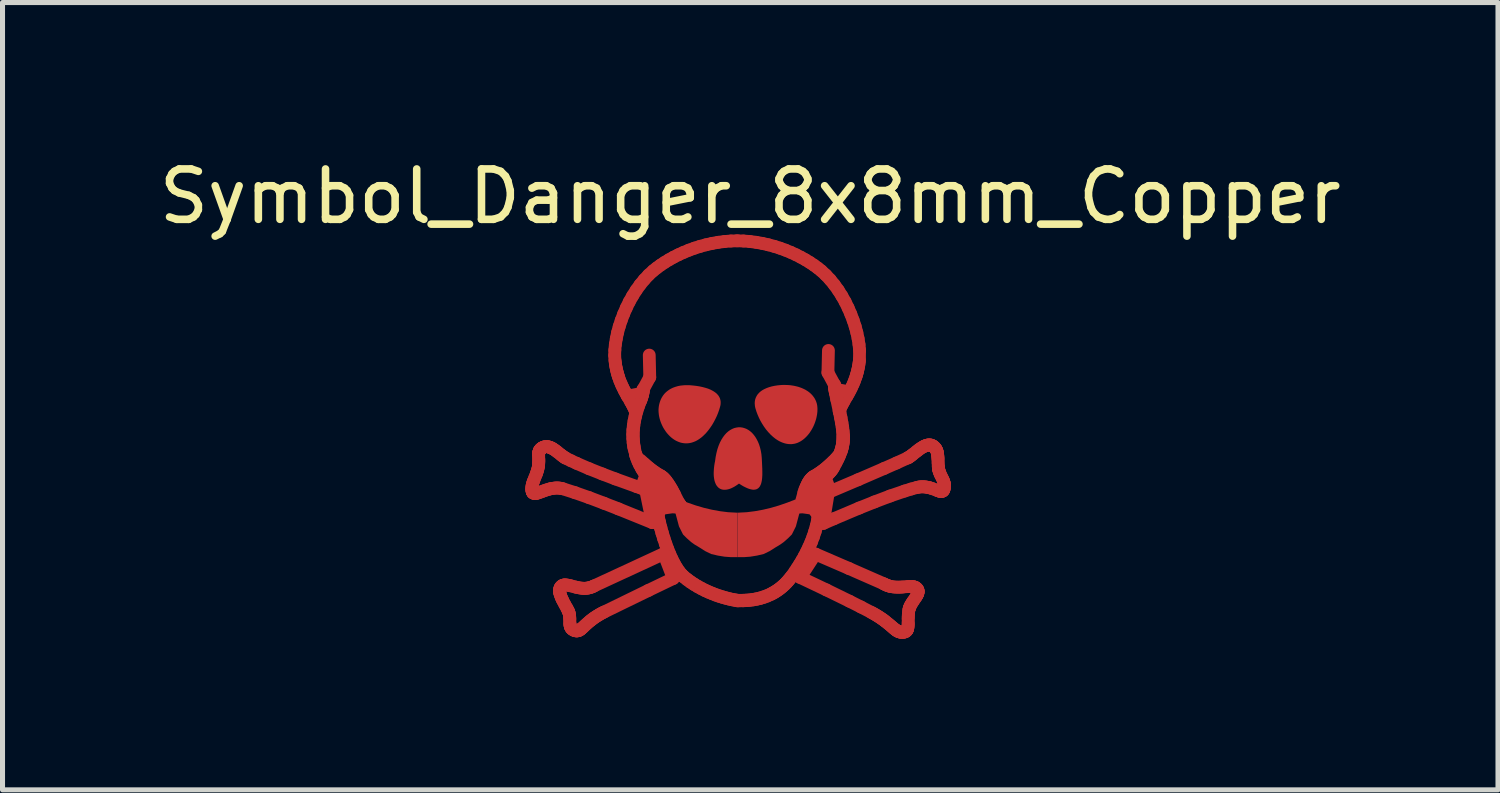
<source format=kicad_pcb>
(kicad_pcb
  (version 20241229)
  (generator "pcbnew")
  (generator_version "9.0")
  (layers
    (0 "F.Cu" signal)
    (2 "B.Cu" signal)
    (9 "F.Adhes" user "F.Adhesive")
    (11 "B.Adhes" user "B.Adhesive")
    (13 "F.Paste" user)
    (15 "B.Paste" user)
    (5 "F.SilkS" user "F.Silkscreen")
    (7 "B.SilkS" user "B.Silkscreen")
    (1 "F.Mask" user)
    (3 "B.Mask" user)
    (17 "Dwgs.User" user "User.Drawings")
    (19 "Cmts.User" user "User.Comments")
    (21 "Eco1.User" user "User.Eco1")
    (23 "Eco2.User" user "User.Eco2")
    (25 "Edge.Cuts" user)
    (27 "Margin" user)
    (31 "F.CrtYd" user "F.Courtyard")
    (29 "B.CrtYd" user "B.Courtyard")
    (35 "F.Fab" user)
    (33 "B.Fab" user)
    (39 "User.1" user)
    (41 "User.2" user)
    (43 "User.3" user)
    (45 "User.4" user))
  (footprint "Symbol_Danger_8x8mm_Copper"
    (layer "F.Cu")
    (at 11.585 5.547)
    (property "Reference" "Symbol_Danger_8x8mm_Copper" (at 0.254 -4.699 0) (layer "F.SilkS") (effects (font (size 1 1) (thickness 0.15))))
    (attr exclude_from_pos_files exclude_from_bom)
    (fp_line (start -4.081 1.1) (end -4.08 1.122) (stroke (width 0.254) (type solid)) (layer "F.Cu"))
    (fp_line (start -4.08 1.122) (end -4.078 1.141) (stroke (width 0.254) (type solid)) (layer "F.Cu"))
    (fp_line (start -4.079 1.073) (end -4.081 1.1) (stroke (width 0.254) (type solid)) (layer "F.Cu"))
    (fp_line (start -4.078 1.141) (end -4.073 1.157) (stroke (width 0.254) (type solid)) (layer "F.Cu"))
    (fp_line (start -4.076 1.046) (end -4.079 1.073) (stroke (width 0.254) (type solid)) (layer "F.Cu"))
    (fp_line (start -4.073 1.157) (end -4.068 1.17) (stroke (width 0.254) (type solid)) (layer "F.Cu"))
    (fp_line (start -4.07 1.019) (end -4.076 1.046) (stroke (width 0.254) (type solid)) (layer "F.Cu"))
    (fp_line (start -4.068 1.17) (end -4.064 1.175) (stroke (width 0.254) (type solid)) (layer "F.Cu"))
    (fp_line (start -4.064 1.175) (end -4.06 1.18) (stroke (width 0.254) (type solid)) (layer "F.Cu"))
    (fp_line (start -4.062 0.992) (end -4.07 1.019) (stroke (width 0.254) (type solid)) (layer "F.Cu"))
    (fp_line (start -4.06 1.18) (end -4.056 1.184) (stroke (width 0.254) (type solid)) (layer "F.Cu"))
    (fp_line (start -4.056 1.184) (end -4.052 1.187) (stroke (width 0.254) (type solid)) (layer "F.Cu"))
    (fp_line (start -4.053 0.965) (end -4.062 0.992) (stroke (width 0.254) (type solid)) (layer "F.Cu"))
    (fp_line (start -4.052 1.187) (end -4.041 1.192) (stroke (width 0.254) (type solid)) (layer "F.Cu"))
    (fp_line (start -4.042 0.937) (end -4.053 0.965) (stroke (width 0.254) (type solid)) (layer "F.Cu"))
    (fp_line (start -4.041 1.192) (end -4.03 1.195) (stroke (width 0.254) (type solid)) (layer "F.Cu"))
    (fp_line (start -4.03 1.195) (end -4.016 1.196) (stroke (width 0.254) (type solid)) (layer "F.Cu"))
    (fp_line (start -4.02 0.88) (end -4.042 0.937) (stroke (width 0.254) (type solid)) (layer "F.Cu"))
    (fp_line (start -4.016 1.196) (end -4.002 1.195) (stroke (width 0.254) (type solid)) (layer "F.Cu"))
    (fp_line (start -4.002 1.195) (end -3.986 1.193) (stroke (width 0.254) (type solid)) (layer "F.Cu"))
    (fp_line (start -3.996 0.821) (end -4.02 0.88) (stroke (width 0.254) (type solid)) (layer "F.Cu"))
    (fp_line (start -3.986 1.193) (end -3.97 1.189) (stroke (width 0.254) (type solid)) (layer "F.Cu"))
    (fp_line (start -3.985 0.791) (end -3.996 0.821) (stroke (width 0.254) (type solid)) (layer "F.Cu"))
    (fp_line (start -3.975 0.76) (end -3.985 0.791) (stroke (width 0.254) (type solid)) (layer "F.Cu"))
    (fp_line (start -3.97 1.189) (end -3.933 1.177) (stroke (width 0.254) (type solid)) (layer "F.Cu"))
    (fp_line (start -3.965 0.729) (end -3.975 0.76) (stroke (width 0.254) (type solid)) (layer "F.Cu"))
    (fp_line (start -3.957 0.696) (end -3.965 0.729) (stroke (width 0.254) (type solid)) (layer "F.Cu"))
    (fp_line (start -3.95 0.663) (end -3.957 0.696) (stroke (width 0.254) (type solid)) (layer "F.Cu"))
    (fp_line (start -3.946 0.63) (end -3.95 0.663) (stroke (width 0.254) (type solid)) (layer "F.Cu"))
    (fp_line (start -3.945 0.436) (end -3.945 0.459) (stroke (width 0.254) (type solid)) (layer "F.Cu"))
    (fp_line (start -3.945 0.415) (end -3.945 0.436) (stroke (width 0.254) (type solid)) (layer "F.Cu"))
    (fp_line (start -3.945 0.459) (end -3.943 0.508) (stroke (width 0.254) (type solid)) (layer "F.Cu"))
    (fp_line (start -3.945 0.613) (end -3.946 0.63) (stroke (width 0.254) (type solid)) (layer "F.Cu"))
    (fp_line (start -3.944 0.405) (end -3.945 0.415) (stroke (width 0.254) (type solid)) (layer "F.Cu"))
    (fp_line (start -3.944 0.596) (end -3.945 0.613) (stroke (width 0.254) (type solid)) (layer "F.Cu"))
    (fp_line (start -3.943 0.395) (end -3.944 0.405) (stroke (width 0.254) (type solid)) (layer "F.Cu"))
    (fp_line (start -3.943 0.508) (end -3.942 0.536) (stroke (width 0.254) (type solid)) (layer "F.Cu"))
    (fp_line (start -3.942 0.565) (end -3.944 0.596) (stroke (width 0.254) (type solid)) (layer "F.Cu"))
    (fp_line (start -3.942 0.536) (end -3.942 0.565) (stroke (width 0.254) (type solid)) (layer "F.Cu"))
    (fp_line (start -3.942 0.386) (end -3.943 0.395) (stroke (width 0.254) (type solid)) (layer "F.Cu"))
    (fp_line (start -3.94 0.377) (end -3.942 0.386) (stroke (width 0.254) (type solid)) (layer "F.Cu"))
    (fp_line (start -3.938 0.368) (end -3.94 0.377) (stroke (width 0.254) (type solid)) (layer "F.Cu"))
    (fp_line (start -3.935 0.36) (end -3.938 0.368) (stroke (width 0.254) (type solid)) (layer "F.Cu"))
    (fp_line (start -3.933 1.177) (end -3.892 1.163) (stroke (width 0.254) (type solid)) (layer "F.Cu"))
    (fp_line (start -3.932 0.351) (end -3.935 0.36) (stroke (width 0.254) (type solid)) (layer "F.Cu"))
    (fp_line (start -3.928 0.343) (end -3.932 0.351) (stroke (width 0.254) (type solid)) (layer "F.Cu"))
    (fp_line (start -3.924 0.336) (end -3.928 0.343) (stroke (width 0.254) (type solid)) (layer "F.Cu"))
    (fp_line (start -3.918 0.328) (end -3.924 0.336) (stroke (width 0.254) (type solid)) (layer "F.Cu"))
    (fp_line (start -3.912 0.321) (end -3.918 0.328) (stroke (width 0.254) (type solid)) (layer "F.Cu"))
    (fp_line (start -3.905 0.314) (end -3.912 0.321) (stroke (width 0.254) (type solid)) (layer "F.Cu"))
    (fp_line (start -3.898 0.307) (end -3.905 0.314) (stroke (width 0.254) (type solid)) (layer "F.Cu"))
    (fp_line (start -3.892 1.163) (end -3.847 1.146) (stroke (width 0.254) (type solid)) (layer "F.Cu"))
    (fp_line (start -3.889 0.3) (end -3.898 0.307) (stroke (width 0.254) (type solid)) (layer "F.Cu"))
    (fp_line (start -3.879 0.294) (end -3.889 0.3) (stroke (width 0.254) (type solid)) (layer "F.Cu"))
    (fp_line (start -3.869 0.287) (end -3.879 0.294) (stroke (width 0.254) (type solid)) (layer "F.Cu"))
    (fp_line (start -3.854 0.28) (end -3.869 0.287) (stroke (width 0.254) (type solid)) (layer "F.Cu"))
    (fp_line (start -3.847 1.146) (end -3.799 1.129) (stroke (width 0.254) (type solid)) (layer "F.Cu"))
    (fp_line (start -3.839 0.274) (end -3.854 0.28) (stroke (width 0.254) (type solid)) (layer "F.Cu"))
    (fp_line (start -3.824 0.27) (end -3.839 0.274) (stroke (width 0.254) (type solid)) (layer "F.Cu"))
    (fp_line (start -3.808 0.268) (end -3.824 0.27) (stroke (width 0.254) (type solid)) (layer "F.Cu"))
    (fp_line (start -3.799 1.129) (end -3.747 1.113) (stroke (width 0.254) (type solid)) (layer "F.Cu"))
    (fp_line (start -3.793 0.267) (end -3.808 0.268) (stroke (width 0.254) (type solid)) (layer "F.Cu"))
    (fp_line (start -3.778 0.267) (end -3.793 0.267) (stroke (width 0.254) (type solid)) (layer "F.Cu"))
    (fp_line (start -3.763 0.269) (end -3.778 0.267) (stroke (width 0.254) (type solid)) (layer "F.Cu"))
    (fp_line (start -3.747 1.113) (end -3.721 1.106) (stroke (width 0.254) (type solid)) (layer "F.Cu"))
    (fp_line (start -3.747 0.273) (end -3.763 0.269) (stroke (width 0.254) (type solid)) (layer "F.Cu"))
    (fp_line (start -3.732 0.277) (end -3.747 0.273) (stroke (width 0.254) (type solid)) (layer "F.Cu"))
    (fp_line (start -3.721 1.106) (end -3.694 1.1) (stroke (width 0.254) (type solid)) (layer "F.Cu"))
    (fp_line (start -3.716 0.283) (end -3.732 0.277) (stroke (width 0.254) (type solid)) (layer "F.Cu"))
    (fp_line (start -3.701 0.289) (end -3.716 0.283) (stroke (width 0.254) (type solid)) (layer "F.Cu"))
    (fp_line (start -3.694 1.1) (end -3.667 1.095) (stroke (width 0.254) (type solid)) (layer "F.Cu"))
    (fp_line (start -3.686 0.296) (end -3.701 0.289) (stroke (width 0.254) (type solid)) (layer "F.Cu"))
    (fp_line (start -3.67 0.305) (end -3.686 0.296) (stroke (width 0.254) (type solid)) (layer "F.Cu"))
    (fp_line (start -3.667 1.095) (end -3.639 1.091) (stroke (width 0.254) (type solid)) (layer "F.Cu"))
    (fp_line (start -3.655 0.314) (end -3.67 0.305) (stroke (width 0.254) (type solid)) (layer "F.Cu"))
    (fp_line (start -3.639 1.091) (end -3.61 1.088) (stroke (width 0.254) (type solid)) (layer "F.Cu"))
    (fp_line (start -3.625 0.333) (end -3.655 0.314) (stroke (width 0.254) (type solid)) (layer "F.Cu"))
    (fp_line (start -3.61 1.088) (end -3.582 1.087) (stroke (width 0.254) (type solid)) (layer "F.Cu"))
    (fp_line (start -3.595 0.355) (end -3.625 0.333) (stroke (width 0.254) (type solid)) (layer "F.Cu"))
    (fp_line (start -3.582 1.087) (end -3.553 1.088) (stroke (width 0.254) (type solid)) (layer "F.Cu"))
    (fp_line (start -3.566 0.378) (end -3.595 0.355) (stroke (width 0.254) (type solid)) (layer "F.Cu"))
    (fp_line (start -3.553 1.088) (end -3.523 1.091) (stroke (width 0.254) (type solid)) (layer "F.Cu"))
    (fp_line (start -3.529 3.132) (end -3.528 3.147) (stroke (width 0.254) (type solid)) (layer "F.Cu"))
    (fp_line (start -3.529 3.118) (end -3.529 3.132) (stroke (width 0.254) (type solid)) (layer "F.Cu"))
    (fp_line (start -3.528 3.147) (end -3.526 3.162) (stroke (width 0.254) (type solid)) (layer "F.Cu"))
    (fp_line (start -3.528 3.104) (end -3.529 3.118) (stroke (width 0.254) (type solid)) (layer "F.Cu"))
    (fp_line (start -3.526 3.162) (end -3.523 3.177) (stroke (width 0.254) (type solid)) (layer "F.Cu"))
    (fp_line (start -3.525 3.091) (end -3.528 3.104) (stroke (width 0.254) (type solid)) (layer "F.Cu"))
    (fp_line (start -3.523 1.091) (end -3.494 1.096) (stroke (width 0.254) (type solid)) (layer "F.Cu"))
    (fp_line (start -3.523 3.177) (end -3.519 3.193) (stroke (width 0.254) (type solid)) (layer "F.Cu"))
    (fp_line (start -3.522 3.079) (end -3.525 3.091) (stroke (width 0.254) (type solid)) (layer "F.Cu"))
    (fp_line (start -3.519 3.193) (end -3.508 3.226) (stroke (width 0.254) (type solid)) (layer "F.Cu"))
    (fp_line (start -3.517 3.067) (end -3.522 3.079) (stroke (width 0.254) (type solid)) (layer "F.Cu"))
    (fp_line (start -3.51 3.056) (end -3.517 3.067) (stroke (width 0.254) (type solid)) (layer "F.Cu"))
    (fp_line (start -3.509 0.423) (end -3.566 0.378) (stroke (width 0.254) (type solid)) (layer "F.Cu"))
    (fp_line (start -3.508 3.226) (end -3.495 3.26) (stroke (width 0.254) (type solid)) (layer "F.Cu"))
    (fp_line (start -3.502 3.045) (end -3.51 3.056) (stroke (width 0.254) (type solid)) (layer "F.Cu"))
    (fp_line (start -3.495 3.26) (end -3.48 3.294) (stroke (width 0.254) (type solid)) (layer "F.Cu"))
    (fp_line (start -3.494 1.096) (end -3.464 1.103) (stroke (width 0.254) (type solid)) (layer "F.Cu"))
    (fp_line (start -3.492 3.036) (end -3.502 3.045) (stroke (width 0.254) (type solid)) (layer "F.Cu"))
    (fp_line (start -3.481 0.445) (end -3.509 0.423) (stroke (width 0.254) (type solid)) (layer "F.Cu"))
    (fp_line (start -3.481 3.027) (end -3.492 3.036) (stroke (width 0.254) (type solid)) (layer "F.Cu"))
    (fp_line (start -3.48 3.294) (end -3.463 3.328) (stroke (width 0.254) (type solid)) (layer "F.Cu"))
    (fp_line (start -3.469 3.021) (end -3.481 3.027) (stroke (width 0.254) (type solid)) (layer "F.Cu"))
    (fp_line (start -3.464 1.103) (end -3.224 1.18) (stroke (width 0.254) (type solid)) (layer "F.Cu"))
    (fp_line (start -3.463 3.328) (end -3.427 3.397) (stroke (width 0.254) (type solid)) (layer "F.Cu"))
    (fp_line (start -3.456 3.016) (end -3.469 3.021) (stroke (width 0.254) (type solid)) (layer "F.Cu"))
    (fp_line (start -3.455 0.465) (end -3.481 0.445) (stroke (width 0.254) (type solid)) (layer "F.Cu"))
    (fp_line (start -3.443 3.013) (end -3.456 3.016) (stroke (width 0.254) (type solid)) (layer "F.Cu"))
    (fp_line (start -3.43 0.482) (end -3.455 0.465) (stroke (width 0.254) (type solid)) (layer "F.Cu"))
    (fp_line (start -3.428 3.012) (end -3.443 3.013) (stroke (width 0.254) (type solid)) (layer "F.Cu"))
    (fp_line (start -3.427 3.397) (end -3.39 3.463) (stroke (width 0.254) (type solid)) (layer "F.Cu"))
    (fp_line (start -3.417 0.489) (end -3.43 0.482) (stroke (width 0.254) (type solid)) (layer "F.Cu"))
    (fp_line (start -3.413 3.011) (end -3.428 3.012) (stroke (width 0.254) (type solid)) (layer "F.Cu"))
    (fp_line (start -3.405 0.496) (end -3.417 0.489) (stroke (width 0.254) (type solid)) (layer "F.Cu"))
    (fp_line (start -3.39 3.463) (end -3.374 3.494) (stroke (width 0.254) (type solid)) (layer "F.Cu"))
    (fp_line (start -3.381 3.014) (end -3.413 3.011) (stroke (width 0.254) (type solid)) (layer "F.Cu"))
    (fp_line (start -3.374 3.494) (end -3.359 3.524) (stroke (width 0.254) (type solid)) (layer "F.Cu"))
    (fp_line (start -3.359 3.524) (end -3.352 3.539) (stroke (width 0.254) (type solid)) (layer "F.Cu"))
    (fp_line (start -3.352 3.539) (end -3.346 3.554) (stroke (width 0.254) (type solid)) (layer "F.Cu"))
    (fp_line (start -3.346 3.554) (end -3.341 3.569) (stroke (width 0.254) (type solid)) (layer "F.Cu"))
    (fp_line (start -3.345 3.02) (end -3.381 3.014) (stroke (width 0.254) (type solid)) (layer "F.Cu"))
    (fp_line (start -3.341 3.569) (end -3.338 3.584) (stroke (width 0.254) (type solid)) (layer "F.Cu"))
    (fp_line (start -3.338 3.584) (end -3.332 3.614) (stroke (width 0.254) (type solid)) (layer "F.Cu"))
    (fp_line (start -3.332 3.614) (end -3.329 3.644) (stroke (width 0.254) (type solid)) (layer "F.Cu"))
    (fp_line (start -3.329 3.644) (end -3.327 3.673) (stroke (width 0.254) (type solid)) (layer "F.Cu"))
    (fp_line (start -3.327 3.673) (end -3.327 3.702) (stroke (width 0.254) (type solid)) (layer "F.Cu"))
    (fp_line (start -3.327 3.702) (end -3.326 3.757) (stroke (width 0.254) (type solid)) (layer "F.Cu"))
    (fp_line (start -3.326 3.757) (end -3.325 3.783) (stroke (width 0.254) (type solid)) (layer "F.Cu"))
    (fp_line (start -3.325 3.783) (end -3.322 3.807) (stroke (width 0.254) (type solid)) (layer "F.Cu"))
    (fp_line (start -3.322 3.807) (end -3.32 3.819) (stroke (width 0.254) (type solid)) (layer "F.Cu"))
    (fp_line (start -3.32 3.819) (end -3.317 3.83) (stroke (width 0.254) (type solid)) (layer "F.Cu"))
    (fp_line (start -3.317 3.83) (end -3.313 3.841) (stroke (width 0.254) (type solid)) (layer "F.Cu"))
    (fp_line (start -3.313 3.841) (end -3.309 3.851) (stroke (width 0.254) (type solid)) (layer "F.Cu"))
    (fp_line (start -3.309 3.851) (end -3.303 3.861) (stroke (width 0.254) (type solid)) (layer "F.Cu"))
    (fp_line (start -3.307 3.029) (end -3.345 3.02) (stroke (width 0.254) (type solid)) (layer "F.Cu"))
    (fp_line (start -3.304 0.546) (end -3.405 0.496) (stroke (width 0.254) (type solid)) (layer "F.Cu"))
    (fp_line (start -3.303 3.861) (end -3.297 3.87) (stroke (width 0.254) (type solid)) (layer "F.Cu"))
    (fp_line (start -3.297 3.87) (end -3.29 3.879) (stroke (width 0.254) (type solid)) (layer "F.Cu"))
    (fp_line (start -3.29 3.879) (end -3.281 3.887) (stroke (width 0.254) (type solid)) (layer "F.Cu"))
    (fp_line (start -3.281 3.887) (end -3.271 3.895) (stroke (width 0.254) (type solid)) (layer "F.Cu"))
    (fp_line (start -3.271 3.895) (end -3.26 3.902) (stroke (width 0.254) (type solid)) (layer "F.Cu"))
    (fp_line (start -3.26 3.902) (end -3.248 3.909) (stroke (width 0.254) (type solid)) (layer "F.Cu"))
    (fp_line (start -3.248 3.909) (end -3.234 3.915) (stroke (width 0.254) (type solid)) (layer "F.Cu"))
    (fp_line (start -3.234 3.915) (end -3.22 3.919) (stroke (width 0.254) (type solid)) (layer "F.Cu"))
    (fp_line (start -3.224 3.051) (end -3.307 3.029) (stroke (width 0.254) (type solid)) (layer "F.Cu"))
    (fp_line (start -3.224 1.18) (end -2.945 1.278) (stroke (width 0.254) (type solid)) (layer "F.Cu"))
    (fp_line (start -3.22 3.919) (end -3.207 3.922) (stroke (width 0.254) (type solid)) (layer "F.Cu"))
    (fp_line (start -3.207 3.922) (end -3.195 3.923) (stroke (width 0.254) (type solid)) (layer "F.Cu"))
    (fp_line (start -3.195 3.923) (end -3.183 3.923) (stroke (width 0.254) (type solid)) (layer "F.Cu"))
    (fp_line (start -3.191 0.598) (end -3.304 0.546) (stroke (width 0.254) (type solid)) (layer "F.Cu"))
    (fp_line (start -3.183 3.923) (end -3.172 3.921) (stroke (width 0.254) (type solid)) (layer "F.Cu"))
    (fp_line (start -3.18 3.062) (end -3.224 3.051) (stroke (width 0.254) (type solid)) (layer "F.Cu"))
    (fp_line (start -3.172 3.921) (end -3.16 3.919) (stroke (width 0.254) (type solid)) (layer "F.Cu"))
    (fp_line (start -3.16 3.919) (end -3.149 3.915) (stroke (width 0.254) (type solid)) (layer "F.Cu"))
    (fp_line (start -3.149 3.915) (end -3.138 3.909) (stroke (width 0.254) (type solid)) (layer "F.Cu"))
    (fp_line (start -3.138 3.909) (end -3.127 3.903) (stroke (width 0.254) (type solid)) (layer "F.Cu"))
    (fp_line (start -3.135 3.07) (end -3.18 3.062) (stroke (width 0.254) (type solid)) (layer "F.Cu"))
    (fp_line (start -3.127 3.903) (end -3.115 3.895) (stroke (width 0.254) (type solid)) (layer "F.Cu"))
    (fp_line (start -3.115 3.895) (end -3.104 3.886) (stroke (width 0.254) (type solid)) (layer "F.Cu"))
    (fp_line (start -3.104 3.886) (end -3.092 3.876) (stroke (width 0.254) (type solid)) (layer "F.Cu"))
    (fp_line (start -3.092 3.876) (end -3.066 3.854) (stroke (width 0.254) (type solid)) (layer "F.Cu"))
    (fp_line (start -3.088 3.077) (end -3.135 3.07) (stroke (width 0.254) (type solid)) (layer "F.Cu"))
    (fp_line (start -3.066 3.854) (end -3.039 3.828) (stroke (width 0.254) (type solid)) (layer "F.Cu"))
    (fp_line (start -3.064 3.078) (end -3.088 3.077) (stroke (width 0.254) (type solid)) (layer "F.Cu"))
    (fp_line (start -3.039 3.079) (end -3.064 3.078) (stroke (width 0.254) (type solid)) (layer "F.Cu"))
    (fp_line (start -3.039 3.828) (end -3.008 3.799) (stroke (width 0.254) (type solid)) (layer "F.Cu"))
    (fp_line (start -3.015 3.078) (end -3.039 3.079) (stroke (width 0.254) (type solid)) (layer "F.Cu"))
    (fp_line (start -3.008 3.799) (end -2.973 3.768) (stroke (width 0.254) (type solid)) (layer "F.Cu"))
    (fp_line (start -2.99 3.076) (end -3.015 3.078) (stroke (width 0.254) (type solid)) (layer "F.Cu"))
    (fp_line (start -2.973 3.768) (end -2.934 3.734) (stroke (width 0.254) (type solid)) (layer "F.Cu"))
    (fp_line (start -2.966 3.073) (end -2.99 3.076) (stroke (width 0.254) (type solid)) (layer "F.Cu"))
    (fp_line (start -2.945 1.278) (end -2.651 1.389) (stroke (width 0.254) (type solid)) (layer "F.Cu"))
    (fp_line (start -2.944 0.705) (end -3.191 0.598) (stroke (width 0.254) (type solid)) (layer "F.Cu"))
    (fp_line (start -2.941 3.068) (end -2.966 3.073) (stroke (width 0.254) (type solid)) (layer "F.Cu"))
    (fp_line (start -2.934 3.734) (end -2.912 3.717) (stroke (width 0.254) (type solid)) (layer "F.Cu"))
    (fp_line (start -2.916 3.061) (end -2.941 3.068) (stroke (width 0.254) (type solid)) (layer "F.Cu"))
    (fp_line (start -2.912 3.717) (end -2.889 3.699) (stroke (width 0.254) (type solid)) (layer "F.Cu"))
    (fp_line (start -2.891 3.052) (end -2.916 3.061) (stroke (width 0.254) (type solid)) (layer "F.Cu"))
    (fp_line (start -2.889 3.699) (end -2.865 3.68) (stroke (width 0.254) (type solid)) (layer "F.Cu"))
    (fp_line (start -2.866 3.042) (end -2.891 3.052) (stroke (width 0.254) (type solid)) (layer "F.Cu"))
    (fp_line (start -2.865 3.68) (end -2.839 3.662) (stroke (width 0.254) (type solid)) (layer "F.Cu"))
    (fp_line (start -2.841 3.029) (end -2.866 3.042) (stroke (width 0.254) (type solid)) (layer "F.Cu"))
    (fp_line (start -2.839 3.662) (end -2.811 3.643) (stroke (width 0.254) (type solid)) (layer "F.Cu"))
    (fp_line (start -2.811 3.643) (end -2.781 3.624) (stroke (width 0.254) (type solid)) (layer "F.Cu"))
    (fp_line (start -2.781 3.624) (end -2.749 3.605) (stroke (width 0.254) (type solid)) (layer "F.Cu"))
    (fp_line (start -2.749 3.605) (end -2.716 3.585) (stroke (width 0.254) (type solid)) (layer "F.Cu"))
    (fp_line (start -2.716 3.585) (end -2.68 3.566) (stroke (width 0.254) (type solid)) (layer "F.Cu"))
    (fp_line (start -2.681 0.809) (end -2.944 0.705) (stroke (width 0.254) (type solid)) (layer "F.Cu"))
    (fp_line (start -2.68 3.566) (end -2.642 3.547) (stroke (width 0.254) (type solid)) (layer "F.Cu"))
    (fp_line (start -2.651 1.389) (end -2.362 1.502) (stroke (width 0.254) (type solid)) (layer "F.Cu"))
    (fp_line (start -2.642 3.547) (end -1.77 3.122) (stroke (width 0.254) (type solid)) (layer "F.Cu"))
    (fp_line (start -2.436 -1.544) (end -2.433 -1.649) (stroke (width 0.254) (type solid)) (layer "F.Cu"))
    (fp_line (start -2.433 -1.649) (end -2.423 -1.76) (stroke (width 0.254) (type solid)) (layer "F.Cu"))
    (fp_line (start -2.43 -1.446) (end -2.436 -1.544) (stroke (width 0.254) (type solid)) (layer "F.Cu"))
    (fp_line (start -2.424 -1.399) (end -2.43 -1.446) (stroke (width 0.254) (type solid)) (layer "F.Cu"))
    (fp_line (start -2.424 0.907) (end -2.681 0.809) (stroke (width 0.254) (type solid)) (layer "F.Cu"))
    (fp_line (start -2.423 -1.76) (end -2.404 -1.876) (stroke (width 0.254) (type solid)) (layer "F.Cu"))
    (fp_line (start -2.418 -1.355) (end -2.424 -1.399) (stroke (width 0.254) (type solid)) (layer "F.Cu"))
    (fp_line (start -2.41 -1.311) (end -2.418 -1.355) (stroke (width 0.254) (type solid)) (layer "F.Cu"))
    (fp_line (start -2.404 -1.876) (end -2.379 -1.995) (stroke (width 0.254) (type solid)) (layer "F.Cu"))
    (fp_line (start -2.401 -1.269) (end -2.41 -1.311) (stroke (width 0.254) (type solid)) (layer "F.Cu"))
    (fp_line (start -2.392 -1.228) (end -2.401 -1.269) (stroke (width 0.254) (type solid)) (layer "F.Cu"))
    (fp_line (start -2.381 -1.188) (end -2.392 -1.228) (stroke (width 0.254) (type solid)) (layer "F.Cu"))
    (fp_line (start -2.379 -1.995) (end -2.346 -2.117) (stroke (width 0.254) (type solid)) (layer "F.Cu"))
    (fp_line (start -2.37 -1.149) (end -2.381 -1.188) (stroke (width 0.254) (type solid)) (layer "F.Cu"))
    (fp_line (start -2.362 1.502) (end -1.688 1.775) (stroke (width 0.254) (type solid)) (layer "F.Cu"))
    (fp_line (start -2.358 -1.112) (end -2.37 -1.149) (stroke (width 0.254) (type solid)) (layer "F.Cu"))
    (fp_line (start -2.346 -2.117) (end -2.306 -2.24) (stroke (width 0.254) (type solid)) (layer "F.Cu"))
    (fp_line (start -2.333 -1.04) (end -2.358 -1.112) (stroke (width 0.254) (type solid)) (layer "F.Cu"))
    (fp_line (start -2.306 -2.24) (end -2.259 -2.363) (stroke (width 0.254) (type solid)) (layer "F.Cu"))
    (fp_line (start -2.305 -0.973) (end -2.333 -1.04) (stroke (width 0.254) (type solid)) (layer "F.Cu"))
    (fp_line (start -2.275 -0.909) (end -2.305 -0.973) (stroke (width 0.254) (type solid)) (layer "F.Cu"))
    (fp_line (start -2.259 -2.363) (end -2.206 -2.486) (stroke (width 0.254) (type solid)) (layer "F.Cu"))
    (fp_line (start -2.245 -0.848) (end -2.275 -0.909) (stroke (width 0.254) (type solid)) (layer "F.Cu"))
    (fp_line (start -2.214 -0.79) (end -2.245 -0.848) (stroke (width 0.254) (type solid)) (layer "F.Cu"))
    (fp_line (start -2.206 -2.486) (end -2.147 -2.607) (stroke (width 0.254) (type solid)) (layer "F.Cu"))
    (fp_line (start -2.183 -0.735) (end -2.214 -0.79) (stroke (width 0.254) (type solid)) (layer "F.Cu"))
    (fp_line (start -2.147 -2.607) (end -2.081 -2.724) (stroke (width 0.254) (type solid)) (layer "F.Cu"))
    (fp_line (start -2.123 -0.631) (end -2.183 -0.735) (stroke (width 0.254) (type solid)) (layer "F.Cu"))
    (fp_line (start -2.095 -0.582) (end -2.123 -0.631) (stroke (width 0.254) (type solid)) (layer "F.Cu"))
    (fp_line (start -2.081 -2.724) (end -2.01 -2.837) (stroke (width 0.254) (type solid)) (layer "F.Cu"))
    (fp_line (start -2.073 0.024) (end -2.07 -0.062) (stroke (width 0.263) (type solid)) (layer "F.Cu"))
    (fp_line (start -2.071 0.108) (end -2.073 0.024) (stroke (width 0.263) (type solid)) (layer "F.Cu"))
    (fp_line (start -2.07 -0.533) (end -2.095 -0.582) (stroke (width 0.254) (type solid)) (layer "F.Cu"))
    (fp_line (start -2.07 -0.062) (end -2.061 -0.151) (stroke (width 0.263) (type solid)) (layer "F.Cu"))
    (fp_line (start -2.065 0.189) (end -2.071 0.108) (stroke (width 0.263) (type solid)) (layer "F.Cu"))
    (fp_line (start -2.061 -0.151) (end -2.047 -0.242) (stroke (width 0.263) (type solid)) (layer "F.Cu"))
    (fp_line (start -2.054 0.268) (end -2.065 0.189) (stroke (width 0.263) (type solid)) (layer "F.Cu"))
    (fp_line (start -2.047 -0.242) (end -2.027 -0.335) (stroke (width 0.263) (type solid)) (layer "F.Cu"))
    (fp_line (start -2.047 -0.486) (end -2.07 -0.533) (stroke (width 0.254) (type solid)) (layer "F.Cu"))
    (fp_line (start -2.039 0.345) (end -2.054 0.268) (stroke (width 0.263) (type solid)) (layer "F.Cu"))
    (fp_line (start -2.027 -0.335) (end -2.002 -0.431) (stroke (width 0.263) (type solid)) (layer "F.Cu"))
    (fp_line (start -2.027 -0.438) (end -2.047 -0.486) (stroke (width 0.254) (type solid)) (layer "F.Cu"))
    (fp_line (start -2.01 -2.837) (end -1.933 -2.945) (stroke (width 0.254) (type solid)) (layer "F.Cu"))
    (fp_line (start -2.002 -0.431) (end -1.971 -0.528) (stroke (width 0.263) (type solid)) (layer "F.Cu"))
    (fp_line (start -1.999 1.06) (end -2.424 0.907) (stroke (width 0.254) (type solid)) (layer "F.Cu"))
    (fp_line (start -1.997 0.49) (end -2.02 0.419) (stroke (width 0.263) (type solid)) (layer "F.Cu"))
    (fp_line (start -1.971 -0.528) (end -1.933 -0.628) (stroke (width 0.263) (type solid)) (layer "F.Cu"))
    (fp_line (start -1.97 0.558) (end -2.02 0.419) (stroke (width 0.263) (type solid)) (layer "F.Cu"))
    (fp_line (start -1.962 -0.778) (end -2.183 -0.735) (stroke (width 0.254) (type solid)) (layer "F.Cu"))
    (fp_line (start -1.939 0.624) (end -1.97 0.558) (stroke (width 0.263) (type solid)) (layer "F.Cu"))
    (fp_line (start -1.933 -0.628) (end -1.92 -0.661) (stroke (width 0.263) (type solid)) (layer "F.Cu"))
    (fp_line (start -1.933 -2.945) (end -1.85 -3.046) (stroke (width 0.254) (type solid)) (layer "F.Cu"))
    (fp_line (start -1.92 -0.661) (end -1.909 -0.692) (stroke (width 0.263) (type solid)) (layer "F.Cu"))
    (fp_line (start -1.909 -0.692) (end -1.9 -0.721) (stroke (width 0.263) (type solid)) (layer "F.Cu"))
    (fp_line (start -1.905 0.687) (end -1.939 0.624) (stroke (width 0.263) (type solid)) (layer "F.Cu"))
    (fp_line (start -1.9 -0.721) (end -1.892 -0.748) (stroke (width 0.263) (type solid)) (layer "F.Cu"))
    (fp_line (start -1.892 -0.748) (end -1.885 -0.774) (stroke (width 0.263) (type solid)) (layer "F.Cu"))
    (fp_line (start -1.885 -0.774) (end -1.88 -0.799) (stroke (width 0.263) (type solid)) (layer "F.Cu"))
    (fp_line (start -1.88 0.729) (end -1.905 0.687) (stroke (width 0.263) (type solid)) (layer "F.Cu"))
    (fp_line (start -1.88 -0.799) (end -1.876 -0.823) (stroke (width 0.263) (type solid)) (layer "F.Cu"))
    (fp_line (start -1.876 -0.823) (end -1.873 -0.846) (stroke (width 0.263) (type solid)) (layer "F.Cu"))
    (fp_line (start -1.873 -0.846) (end -1.871 -0.868) (stroke (width 0.263) (type solid)) (layer "F.Cu"))
    (fp_line (start -1.871 -0.868) (end -1.74 -1.11) (stroke (width 0.254) (type default)) (layer "F.Cu"))
    (fp_line (start -1.856 0.764) (end -1.88 0.729) (stroke (width 0.263) (type solid)) (layer "F.Cu"))
    (fp_line (start -1.85 -3.046) (end -1.763 -3.14) (stroke (width 0.254) (type solid)) (layer "F.Cu"))
    (fp_line (start -1.846 0.613) (end -1.927 0.538) (stroke (width 0.263) (type solid)) (layer "F.Cu"))
    (fp_line (start -1.833 0.793) (end -1.856 0.764) (stroke (width 0.263) (type solid)) (layer "F.Cu"))
    (fp_line (start -1.823 1.121) (end -1.999 1.06) (stroke (width 0.254) (type solid)) (layer "F.Cu"))
    (fp_line (start -1.812 0.817) (end -1.911 1.09) (stroke (width 0.254) (type solid)) (layer "F.Cu"))
    (fp_line (start -1.812 0.817) (end -1.833 0.793) (stroke (width 0.263) (type solid)) (layer "F.Cu"))
    (fp_line (start -1.8 0.654) (end -1.846 0.613) (stroke (width 0.263) (type solid)) (layer "F.Cu"))
    (fp_line (start -1.772 0.861) (end -1.812 0.817) (stroke (width 0.263) (type solid)) (layer "F.Cu"))
    (fp_line (start -1.77 3.122) (end -1.273 2.883) (stroke (width 0.254) (type solid)) (layer "F.Cu"))
    (fp_line (start -1.763 -3.14) (end -1.67 -3.225) (stroke (width 0.254) (type solid)) (layer "F.Cu"))
    (fp_line (start -1.754 0.884) (end -1.772 0.861) (stroke (width 0.263) (type solid)) (layer "F.Cu"))
    (fp_line (start -1.75 0.695) (end -1.8 0.654) (stroke (width 0.263) (type solid)) (layer "F.Cu"))
    (fp_line (start -1.74 -1.11) (end -1.75 -1.55) (stroke (width 0.254) (type default)) (layer "F.Cu"))
    (fp_line (start -1.737 0.908) (end -1.754 0.884) (stroke (width 0.263) (type solid)) (layer "F.Cu"))
    (fp_line (start -1.721 0.937) (end -1.737 0.908) (stroke (width 0.263) (type solid)) (layer "F.Cu"))
    (fp_line (start -1.705 0.971) (end -1.721 0.937) (stroke (width 0.263) (type solid)) (layer "F.Cu"))
    (fp_line (start -1.698 0.736) (end -1.75 0.695) (stroke (width 0.263) (type solid)) (layer "F.Cu"))
    (fp_line (start -1.69 1.012) (end -1.705 0.971) (stroke (width 0.263) (type solid)) (layer "F.Cu"))
    (fp_line (start -1.688 1.775) (end -1.823 1.121) (stroke (width 0.254) (type solid)) (layer "F.Cu"))
    (fp_line (start -1.676 1.062) (end -1.69 1.012) (stroke (width 0.263) (type solid)) (layer "F.Cu"))
    (fp_line (start -1.67 -3.225) (end -1.601 -3.28) (stroke (width 0.254) (type solid)) (layer "F.Cu"))
    (fp_line (start -1.662 1.122) (end -1.676 1.062) (stroke (width 0.263) (type solid)) (layer "F.Cu"))
    (fp_line (start -1.648 1.194) (end -1.662 1.122) (stroke (width 0.263) (type solid)) (layer "F.Cu"))
    (fp_line (start -1.643 0.775) (end -1.698 0.736) (stroke (width 0.263) (type solid)) (layer "F.Cu"))
    (fp_line (start -1.635 1.279) (end -1.648 1.194) (stroke (width 0.263) (type solid)) (layer "F.Cu"))
    (fp_line (start -1.61 1.468) (end -1.622 1.38) (stroke (width 0.263) (type solid)) (layer "F.Cu"))
    (fp_line (start -1.601 -3.28) (end -1.526 -3.335) (stroke (width 0.254) (type solid)) (layer "F.Cu"))
    (fp_line (start -1.594 1.562) (end -1.61 1.468) (stroke (width 0.263) (type solid)) (layer "F.Cu"))
    (fp_line (start -1.586 0.813) (end -1.643 0.775) (stroke (width 0.263) (type solid)) (layer "F.Cu"))
    (fp_line (start -1.574 1.662) (end -1.594 1.562) (stroke (width 0.263) (type solid)) (layer "F.Cu"))
    (fp_line (start -1.551 1.766) (end -1.574 1.662) (stroke (width 0.263) (type solid)) (layer "F.Cu"))
    (fp_line (start -1.527 0.847) (end -1.586 0.813) (stroke (width 0.263) (type solid)) (layer "F.Cu"))
    (fp_line (start -1.526 -3.335) (end -1.445 -3.389) (stroke (width 0.254) (type solid)) (layer "F.Cu"))
    (fp_line (start -1.524 1.873) (end -1.551 1.766) (stroke (width 0.263) (type solid)) (layer "F.Cu"))
    (fp_line (start -1.509 0.859) (end -1.527 0.847) (stroke (width 0.263) (type solid)) (layer "F.Cu"))
    (fp_line (start -1.494 1.981) (end -1.524 1.873) (stroke (width 0.263) (type solid)) (layer "F.Cu"))
    (fp_line (start -1.49 0.873) (end -1.509 0.859) (stroke (width 0.263) (type solid)) (layer "F.Cu"))
    (fp_line (start -1.471 0.889) (end -1.49 0.873) (stroke (width 0.263) (type solid)) (layer "F.Cu"))
    (fp_line (start -1.462 2.391) (end -2.841 3.029) (stroke (width 0.254) (type solid)) (layer "F.Cu"))
    (fp_line (start -1.461 2.089) (end -1.494 1.981) (stroke (width 0.263) (type solid)) (layer "F.Cu"))
    (fp_line (start -1.453 0.908) (end -1.471 0.889) (stroke (width 0.263) (type solid)) (layer "F.Cu"))
    (fp_line (start -1.445 -3.389) (end -1.358 -3.442) (stroke (width 0.254) (type solid)) (layer "F.Cu"))
    (fp_line (start -1.434 0.928) (end -1.453 0.908) (stroke (width 0.263) (type solid)) (layer "F.Cu"))
    (fp_line (start -1.425 2.197) (end -1.461 2.089) (stroke (width 0.263) (type solid)) (layer "F.Cu"))
    (fp_line (start -1.416 0.95) (end -1.434 0.928) (stroke (width 0.263) (type solid)) (layer "F.Cu"))
    (fp_line (start -1.387 2.301) (end -1.425 2.197) (stroke (width 0.263) (type solid)) (layer "F.Cu"))
    (fp_line (start -1.381 0.997) (end -1.416 0.95) (stroke (width 0.263) (type solid)) (layer "F.Cu"))
    (fp_line (start -1.358 -3.442) (end -1.267 -3.493) (stroke (width 0.254) (type solid)) (layer "F.Cu"))
    (fp_line (start -1.347 1.049) (end -1.381 0.997) (stroke (width 0.263) (type solid)) (layer "F.Cu"))
    (fp_line (start -1.346 2.402) (end -1.387 2.301) (stroke (width 0.263) (type solid)) (layer "F.Cu"))
    (fp_line (start -1.314 1.103) (end -1.347 1.049) (stroke (width 0.263) (type solid)) (layer "F.Cu"))
    (fp_line (start -1.303 2.498) (end -1.346 2.402) (stroke (width 0.263) (type solid)) (layer "F.Cu"))
    (fp_line (start -1.284 1.158) (end -1.314 1.103) (stroke (width 0.263) (type solid)) (layer "F.Cu"))
    (fp_line (start -1.273 2.883) (end -1.462 2.391) (stroke (width 0.254) (type solid)) (layer "F.Cu"))
    (fp_line (start -1.267 -3.493) (end -1.17 -3.542) (stroke (width 0.254) (type solid)) (layer "F.Cu"))
    (fp_line (start -1.258 2.587) (end -1.303 2.498) (stroke (width 0.263) (type solid)) (layer "F.Cu"))
    (fp_line (start -1.255 1.212) (end -1.284 1.158) (stroke (width 0.263) (type solid)) (layer "F.Cu"))
    (fp_line (start -1.212 2.668) (end -1.258 2.587) (stroke (width 0.263) (type solid)) (layer "F.Cu"))
    (fp_line (start -1.17 -3.542) (end -1.069 -3.588) (stroke (width 0.254) (type solid)) (layer "F.Cu"))
    (fp_line (start -1.167 1.386) (end -1.255 1.212) (stroke (width 0.263) (type solid)) (layer "F.Cu"))
    (fp_line (start -1.164 2.739) (end -1.212 2.668) (stroke (width 0.263) (type solid)) (layer "F.Cu"))
    (fp_line (start -1.153 1.41) (end -1.167 1.386) (stroke (width 0.263) (type solid)) (layer "F.Cu"))
    (fp_line (start -1.143 1.425) (end -1.153 1.41) (stroke (width 0.263) (type solid)) (layer "F.Cu"))
    (fp_line (start -1.14 1.427) (end -1.143 1.425) (stroke (width 0.263) (type solid)) (layer "F.Cu"))
    (fp_line (start -1.137 1.426) (end -1.14 1.427) (stroke (width 0.263) (type solid)) (layer "F.Cu"))
    (fp_line (start -1.114 2.801) (end -1.164 2.739) (stroke (width 0.263) (type solid)) (layer "F.Cu"))
    (fp_line (start -1.089 2.827) (end -1.114 2.801) (stroke (width 0.263) (type solid)) (layer "F.Cu"))
    (fp_line (start -1.069 -3.588) (end -0.963 -3.632) (stroke (width 0.254) (type solid)) (layer "F.Cu"))
    (fp_line (start -1.064 2.85) (end -1.089 2.827) (stroke (width 0.263) (type solid)) (layer "F.Cu"))
    (fp_line (start -0.997 2.903) (end -1.064 2.85) (stroke (width 0.263) (type solid)) (layer "F.Cu"))
    (fp_line (start -0.963 -3.632) (end -0.853 -3.672) (stroke (width 0.254) (type solid)) (layer "F.Cu"))
    (fp_line (start -0.929 2.953) (end -0.997 2.903) (stroke (width 0.263) (type solid)) (layer "F.Cu"))
    (fp_line (start -0.859 2.999) (end -0.929 2.953) (stroke (width 0.263) (type solid)) (layer "F.Cu"))
    (fp_line (start -0.853 -3.672) (end -0.74 -3.708) (stroke (width 0.254) (type solid)) (layer "F.Cu"))
    (fp_line (start -0.788 3.042) (end -0.859 2.999) (stroke (width 0.263) (type solid)) (layer "F.Cu"))
    (fp_line (start -0.74 -3.708) (end -0.624 -3.739) (stroke (width 0.254) (type solid)) (layer "F.Cu"))
    (fp_line (start -0.717 3.081) (end -0.788 3.042) (stroke (width 0.263) (type solid)) (layer "F.Cu"))
    (fp_line (start -0.645 3.118) (end -0.717 3.081) (stroke (width 0.263) (type solid)) (layer "F.Cu"))
    (fp_line (start -0.624 -3.739) (end -0.504 -3.766) (stroke (width 0.254) (type solid)) (layer "F.Cu"))
    (fp_line (start -0.573 3.151) (end -0.645 3.118) (stroke (width 0.263) (type solid)) (layer "F.Cu"))
    (fp_line (start -0.504 -3.766) (end -0.382 -3.788) (stroke (width 0.254) (type solid)) (layer "F.Cu"))
    (fp_line (start -0.502 3.18) (end -0.573 3.151) (stroke (width 0.263) (type solid)) (layer "F.Cu"))
    (fp_line (start -0.432 3.208) (end -0.502 3.18) (stroke (width 0.263) (type solid)) (layer "F.Cu"))
    (fp_line (start -0.382 -3.788) (end -0.257 -3.804) (stroke (width 0.254) (type solid)) (layer "F.Cu"))
    (fp_line (start -0.362 3.232) (end -0.432 3.208) (stroke (width 0.263) (type solid)) (layer "F.Cu"))
    (fp_line (start -0.294 3.253) (end -0.362 3.232) (stroke (width 0.263) (type solid)) (layer "F.Cu"))
    (fp_line (start -0.257 -3.804) (end -0.13 -3.814) (stroke (width 0.254) (type solid)) (layer "F.Cu"))
    (fp_line (start -0.228 3.272) (end -0.294 3.253) (stroke (width 0.263) (type solid)) (layer "F.Cu"))
    (fp_line (start -0.164 3.288) (end -0.228 3.272) (stroke (width 0.263) (type solid)) (layer "F.Cu"))
    (fp_line (start -0.13 -3.814) (end -0.001 -3.818) (stroke (width 0.254) (type solid)) (layer "F.Cu"))
    (fp_line (start -0.102 3.302) (end -0.164 3.288) (stroke (width 0.263) (type solid)) (layer "F.Cu"))
    (fp_line (start -0.043 3.313) (end -0.102 3.302) (stroke (width 0.263) (type solid)) (layer "F.Cu"))
    (fp_line (start -0.006 3.322) (end 0.111 3.321) (stroke (width 0.263) (type solid)) (layer "F.Cu"))
    (fp_line (start 0.012 3.322) (end -0.043 3.313) (stroke (width 0.263) (type solid)) (layer "F.Cu"))
    (fp_line (start 0.111 3.321) (end 0.174 3.318) (stroke (width 0.263) (type solid)) (layer "F.Cu"))
    (fp_line (start 0.121 -3.814) (end -0.008 -3.818) (stroke (width 0.254) (type solid)) (layer "F.Cu"))
    (fp_line (start 0.174 3.318) (end 0.239 3.313) (stroke (width 0.263) (type solid)) (layer "F.Cu"))
    (fp_line (start 0.239 3.313) (end 0.307 3.304) (stroke (width 0.263) (type solid)) (layer "F.Cu"))
    (fp_line (start 0.248 -3.804) (end 0.121 -3.814) (stroke (width 0.254) (type solid)) (layer "F.Cu"))
    (fp_line (start 0.307 3.304) (end 0.376 3.292) (stroke (width 0.263) (type solid)) (layer "F.Cu"))
    (fp_line (start 0.372 -3.788) (end 0.248 -3.804) (stroke (width 0.254) (type solid)) (layer "F.Cu"))
    (fp_line (start 0.376 3.292) (end 0.447 3.276) (stroke (width 0.263) (type solid)) (layer "F.Cu"))
    (fp_line (start 0.447 3.276) (end 0.518 3.254) (stroke (width 0.263) (type solid)) (layer "F.Cu"))
    (fp_line (start 0.495 -3.766) (end 0.372 -3.788) (stroke (width 0.254) (type solid)) (layer "F.Cu"))
    (fp_line (start 0.518 3.254) (end 0.59 3.228) (stroke (width 0.263) (type solid)) (layer "F.Cu"))
    (fp_line (start 0.59 3.228) (end 0.661 3.196) (stroke (width 0.263) (type solid)) (layer "F.Cu"))
    (fp_line (start 0.614 -3.739) (end 0.495 -3.766) (stroke (width 0.254) (type solid)) (layer "F.Cu"))
    (fp_line (start 0.661 3.196) (end 0.697 3.177) (stroke (width 0.263) (type solid)) (layer "F.Cu"))
    (fp_line (start 0.697 3.177) (end 0.733 3.157) (stroke (width 0.263) (type solid)) (layer "F.Cu"))
    (fp_line (start 0.731 -3.708) (end 0.614 -3.739) (stroke (width 0.254) (type solid)) (layer "F.Cu"))
    (fp_line (start 0.733 3.157) (end 0.768 3.135) (stroke (width 0.263) (type solid)) (layer "F.Cu"))
    (fp_line (start 0.768 3.135) (end 0.803 3.112) (stroke (width 0.263) (type solid)) (layer "F.Cu"))
    (fp_line (start 0.803 3.112) (end 0.838 3.086) (stroke (width 0.263) (type solid)) (layer "F.Cu"))
    (fp_line (start 0.838 3.086) (end 0.873 3.059) (stroke (width 0.263) (type solid)) (layer "F.Cu"))
    (fp_line (start 0.844 -3.672) (end 0.731 -3.708) (stroke (width 0.254) (type solid)) (layer "F.Cu"))
    (fp_line (start 0.873 3.059) (end 0.907 3.029) (stroke (width 0.263) (type solid)) (layer "F.Cu"))
    (fp_line (start 0.907 3.029) (end 0.941 2.998) (stroke (width 0.263) (type solid)) (layer "F.Cu"))
    (fp_line (start 0.941 2.998) (end 0.974 2.964) (stroke (width 0.263) (type solid)) (layer "F.Cu"))
    (fp_line (start 0.954 -3.632) (end 0.844 -3.672) (stroke (width 0.254) (type solid)) (layer "F.Cu"))
    (fp_line (start 0.974 2.964) (end 1.006 2.928) (stroke (width 0.263) (type solid)) (layer "F.Cu"))
    (fp_line (start 1.006 2.928) (end 1.038 2.89) (stroke (width 0.263) (type solid)) (layer "F.Cu"))
    (fp_line (start 1.038 2.89) (end 1.07 2.85) (stroke (width 0.263) (type solid)) (layer "F.Cu"))
    (fp_line (start 1.059 -3.589) (end 0.954 -3.632) (stroke (width 0.254) (type solid)) (layer "F.Cu"))
    (fp_line (start 1.07 2.85) (end 1.149 2.74) (stroke (width 0.263) (type solid)) (layer "F.Cu"))
    (fp_line (start 1.149 2.74) (end 1.192 2.674) (stroke (width 0.263) (type solid)) (layer "F.Cu"))
    (fp_line (start 1.161 -3.542) (end 1.059 -3.589) (stroke (width 0.254) (type solid)) (layer "F.Cu"))
    (fp_line (start 1.192 2.674) (end 1.238 2.602) (stroke (width 0.263) (type solid)) (layer "F.Cu"))
    (fp_line (start 1.238 2.602) (end 1.284 2.525) (stroke (width 0.263) (type solid)) (layer "F.Cu"))
    (fp_line (start 1.246 2.863) (end 1.549 2.398) (stroke (width 0.254) (type solid)) (layer "F.Cu"))
    (fp_line (start 1.257 -3.493) (end 1.161 -3.542) (stroke (width 0.254) (type solid)) (layer "F.Cu"))
    (fp_line (start 1.284 2.525) (end 1.331 2.441) (stroke (width 0.263) (type solid)) (layer "F.Cu"))
    (fp_line (start 1.324 1.174) (end 1.345 1.118) (stroke (width 0.263) (type solid)) (layer "F.Cu"))
    (fp_line (start 1.331 2.441) (end 1.377 2.352) (stroke (width 0.263) (type solid)) (layer "F.Cu"))
    (fp_line (start 1.345 1.118) (end 1.368 1.063) (stroke (width 0.263) (type solid)) (layer "F.Cu"))
    (fp_line (start 1.349 -3.442) (end 1.257 -3.493) (stroke (width 0.254) (type solid)) (layer "F.Cu"))
    (fp_line (start 1.368 1.063) (end 1.393 1.011) (stroke (width 0.263) (type solid)) (layer "F.Cu"))
    (fp_line (start 1.377 2.352) (end 1.421 2.259) (stroke (width 0.263) (type solid)) (layer "F.Cu"))
    (fp_line (start 1.393 1.011) (end 1.407 0.986) (stroke (width 0.263) (type solid)) (layer "F.Cu"))
    (fp_line (start 1.407 0.986) (end 1.421 0.962) (stroke (width 0.263) (type solid)) (layer "F.Cu"))
    (fp_line (start 1.421 0.962) (end 1.437 0.94) (stroke (width 0.263) (type solid)) (layer "F.Cu"))
    (fp_line (start 1.421 2.259) (end 1.464 2.161) (stroke (width 0.263) (type solid)) (layer "F.Cu"))
    (fp_line (start 1.436 -3.389) (end 1.349 -3.442) (stroke (width 0.254) (type solid)) (layer "F.Cu"))
    (fp_line (start 1.437 0.94) (end 1.452 0.919) (stroke (width 0.263) (type solid)) (layer "F.Cu"))
    (fp_line (start 1.452 0.919) (end 1.469 0.901) (stroke (width 0.263) (type solid)) (layer "F.Cu"))
    (fp_line (start 1.464 2.161) (end 1.503 2.058) (stroke (width 0.263) (type solid)) (layer "F.Cu"))
    (fp_line (start 1.469 0.901) (end 1.486 0.884) (stroke (width 0.263) (type solid)) (layer "F.Cu"))
    (fp_line (start 1.486 0.884) (end 1.504 0.87) (stroke (width 0.263) (type solid)) (layer "F.Cu"))
    (fp_line (start 1.503 2.058) (end 1.538 1.952) (stroke (width 0.263) (type solid)) (layer "F.Cu"))
    (fp_line (start 1.504 0.87) (end 1.522 0.858) (stroke (width 0.263) (type solid)) (layer "F.Cu"))
    (fp_line (start 1.517 -3.335) (end 1.436 -3.389) (stroke (width 0.254) (type solid)) (layer "F.Cu"))
    (fp_line (start 1.522 0.858) (end 1.58 0.824) (stroke (width 0.263) (type solid)) (layer "F.Cu"))
    (fp_line (start 1.538 1.952) (end 1.569 1.843) (stroke (width 0.263) (type solid)) (layer "F.Cu"))
    (fp_line (start 1.549 2.398) (end 2.213 2.685) (stroke (width 0.254) (type solid)) (layer "F.Cu"))
    (fp_line (start 1.569 1.843) (end 1.594 1.731) (stroke (width 0.263) (type solid)) (layer "F.Cu"))
    (fp_line (start 1.58 0.824) (end 1.636 0.787) (stroke (width 0.263) (type solid)) (layer "F.Cu"))
    (fp_line (start 1.592 -3.28) (end 1.517 -3.335) (stroke (width 0.254) (type solid)) (layer "F.Cu"))
    (fp_line (start 1.594 1.731) (end 1.604 1.674) (stroke (width 0.263) (type solid)) (layer "F.Cu"))
    (fp_line (start 1.604 1.674) (end 1.613 1.616) (stroke (width 0.263) (type solid)) (layer "F.Cu"))
    (fp_line (start 1.613 1.616) (end 1.619 1.558) (stroke (width 0.263) (type solid)) (layer "F.Cu"))
    (fp_line (start 1.619 1.558) (end 1.624 1.499) (stroke (width 0.263) (type solid)) (layer "F.Cu"))
    (fp_line (start 1.624 1.499) (end 1.627 1.44) (stroke (width 0.263) (type solid)) (layer "F.Cu"))
    (fp_line (start 1.627 1.44) (end 1.628 1.38) (stroke (width 0.263) (type solid)) (layer "F.Cu"))
    (fp_line (start 1.629 1.279) (end 1.634 1.192) (stroke (width 0.263) (type solid)) (layer "F.Cu"))
    (fp_line (start 1.634 1.192) (end 1.641 1.119) (stroke (width 0.263) (type solid)) (layer "F.Cu"))
    (fp_line (start 1.636 0.787) (end 1.689 0.749) (stroke (width 0.263) (type solid)) (layer "F.Cu"))
    (fp_line (start 1.641 1.119) (end 1.652 1.057) (stroke (width 0.263) (type solid)) (layer "F.Cu"))
    (fp_line (start 1.652 1.057) (end 1.658 1.03) (stroke (width 0.263) (type solid)) (layer "F.Cu"))
    (fp_line (start 1.658 1.03) (end 1.665 1.005) (stroke (width 0.263) (type solid)) (layer "F.Cu"))
    (fp_line (start 1.661 -3.225) (end 1.592 -3.28) (stroke (width 0.254) (type solid)) (layer "F.Cu"))
    (fp_line (start 1.672 0.983) (end 1.68 0.962) (stroke (width 0.263) (type solid)) (layer "F.Cu"))
    (fp_line (start 1.68 0.962) (end 1.698 0.927) (stroke (width 0.263) (type solid)) (layer "F.Cu"))
    (fp_line (start 1.689 0.749) (end 1.74 0.71) (stroke (width 0.263) (type solid)) (layer "F.Cu"))
    (fp_line (start 1.698 0.927) (end 1.718 0.896) (stroke (width 0.263) (type solid)) (layer "F.Cu"))
    (fp_line (start 1.703 1.791) (end 1.804 1.175) (stroke (width 0.254) (type solid)) (layer "F.Cu"))
    (fp_line (start 1.718 0.896) (end 1.739 0.87) (stroke (width 0.263) (type solid)) (layer "F.Cu"))
    (fp_line (start 1.739 0.87) (end 1.761 0.846) (stroke (width 0.263) (type solid)) (layer "F.Cu"))
    (fp_line (start 1.739 0.87) (end 1.838 1.143) (stroke (width 0.254) (type solid)) (layer "F.Cu"))
    (fp_line (start 1.74 0.71) (end 1.787 0.67) (stroke (width 0.263) (type solid)) (layer "F.Cu"))
    (fp_line (start 1.753 -3.14) (end 1.661 -3.225) (stroke (width 0.254) (type solid)) (layer "F.Cu"))
    (fp_line (start 1.761 0.846) (end 1.809 0.799) (stroke (width 0.263) (type solid)) (layer "F.Cu"))
    (fp_line (start 1.765 3.11) (end 1.246 2.863) (stroke (width 0.254) (type solid)) (layer "F.Cu"))
    (fp_line (start 1.787 0.67) (end 1.83 0.632) (stroke (width 0.263) (type solid)) (layer "F.Cu"))
    (fp_line (start 1.796 -1.202) (end 1.806 -1.642) (stroke (width 0.254) (type default)) (layer "F.Cu"))
    (fp_line (start 1.804 1.175) (end 2.394 0.924) (stroke (width 0.254) (type solid)) (layer "F.Cu"))
    (fp_line (start 1.809 0.799) (end 1.834 0.773) (stroke (width 0.263) (type solid)) (layer "F.Cu"))
    (fp_line (start 1.83 0.632) (end 1.87 0.595) (stroke (width 0.263) (type solid)) (layer "F.Cu"))
    (fp_line (start 1.834 0.773) (end 1.86 0.743) (stroke (width 0.263) (type solid)) (layer "F.Cu"))
    (fp_line (start 1.841 -3.046) (end 1.753 -3.14) (stroke (width 0.254) (type solid)) (layer "F.Cu"))
    (fp_line (start 1.86 0.743) (end 1.886 0.707) (stroke (width 0.263) (type solid)) (layer "F.Cu"))
    (fp_line (start 1.87 0.595) (end 1.905 0.561) (stroke (width 0.263) (type solid)) (layer "F.Cu"))
    (fp_line (start 1.886 0.707) (end 1.911 0.665) (stroke (width 0.263) (type solid)) (layer "F.Cu"))
    (fp_line (start 1.905 0.561) (end 1.961 0.504) (stroke (width 0.263) (type solid)) (layer "F.Cu"))
    (fp_line (start 1.911 0.665) (end 1.955 0.582) (stroke (width 0.263) (type solid)) (layer "F.Cu"))
    (fp_line (start 1.912 1.699) (end 1.703 1.791) (stroke (width 0.254) (type solid)) (layer "F.Cu"))
    (fp_line (start 1.923 -2.945) (end 1.841 -3.046) (stroke (width 0.254) (type solid)) (layer "F.Cu"))
    (fp_line (start 1.927 -0.959) (end 1.796 -1.202) (stroke (width 0.254) (type default)) (layer "F.Cu"))
    (fp_line (start 1.929 -0.926) (end 1.927 -0.959) (stroke (width 0.263) (type solid)) (layer "F.Cu"))
    (fp_line (start 1.933 -0.889) (end 1.929 -0.926) (stroke (width 0.263) (type solid)) (layer "F.Cu"))
    (fp_line (start 1.94 -0.847) (end 1.933 -0.889) (stroke (width 0.263) (type solid)) (layer "F.Cu"))
    (fp_line (start 1.949 -0.799) (end 1.94 -0.847) (stroke (width 0.263) (type solid)) (layer "F.Cu"))
    (fp_line (start 1.95 -0.871) (end 2.17 -0.829) (stroke (width 0.254) (type solid)) (layer "F.Cu"))
    (fp_line (start 1.955 0.582) (end 1.993 0.507) (stroke (width 0.263) (type solid)) (layer "F.Cu"))
    (fp_line (start 1.961 0.504) (end 1.996 0.466) (stroke (width 0.263) (type solid)) (layer "F.Cu"))
    (fp_line (start 1.974 -0.677) (end 1.949 -0.799) (stroke (width 0.263) (type solid)) (layer "F.Cu"))
    (fp_line (start 1.993 0.507) (end 2.025 0.436) (stroke (width 0.263) (type solid)) (layer "F.Cu"))
    (fp_line (start 1.996 0.466) (end 2.007 0.456) (stroke (width 0.263) (type solid)) (layer "F.Cu"))
    (fp_line (start 2.001 -2.837) (end 1.923 -2.945) (stroke (width 0.254) (type solid)) (layer "F.Cu"))
    (fp_line (start 2.007 0.456) (end 1.99 0.479) (stroke (width 0.263) (type solid)) (layer "F.Cu"))
    (fp_line (start 2.018 -0.438) (end 2.038 -0.486) (stroke (width 0.254) (type solid)) (layer "F.Cu"))
    (fp_line (start 2.025 0.436) (end 2.051 0.369) (stroke (width 0.263) (type solid)) (layer "F.Cu"))
    (fp_line (start 2.029 -0.418) (end 1.974 -0.677) (stroke (width 0.263) (type solid)) (layer "F.Cu"))
    (fp_line (start 2.038 -0.486) (end 2.061 -0.533) (stroke (width 0.254) (type solid)) (layer "F.Cu"))
    (fp_line (start 2.051 0.369) (end 2.061 0.337) (stroke (width 0.263) (type solid)) (layer "F.Cu"))
    (fp_line (start 2.051 -0.308) (end 2.029 -0.418) (stroke (width 0.263) (type solid)) (layer "F.Cu"))
    (fp_line (start 2.061 -0.533) (end 2.086 -0.582) (stroke (width 0.254) (type solid)) (layer "F.Cu"))
    (fp_line (start 2.061 0.337) (end 2.071 0.304) (stroke (width 0.263) (type solid)) (layer "F.Cu"))
    (fp_line (start 2.069 -0.209) (end 2.051 -0.308) (stroke (width 0.263) (type solid)) (layer "F.Cu"))
    (fp_line (start 2.071 0.304) (end 2.079 0.272) (stroke (width 0.263) (type solid)) (layer "F.Cu"))
    (fp_line (start 2.072 -2.724) (end 2.001 -2.837) (stroke (width 0.254) (type solid)) (layer "F.Cu"))
    (fp_line (start 2.079 0.272) (end 2.085 0.24) (stroke (width 0.263) (type solid)) (layer "F.Cu"))
    (fp_line (start 2.084 -0.119) (end 2.069 -0.209) (stroke (width 0.263) (type solid)) (layer "F.Cu"))
    (fp_line (start 2.085 0.24) (end 2.091 0.208) (stroke (width 0.263) (type solid)) (layer "F.Cu"))
    (fp_line (start 2.086 -0.582) (end 2.114 -0.631) (stroke (width 0.254) (type solid)) (layer "F.Cu"))
    (fp_line (start 2.091 0.208) (end 2.095 0.176) (stroke (width 0.263) (type solid)) (layer "F.Cu"))
    (fp_line (start 2.093 -0.037) (end 2.084 -0.119) (stroke (width 0.263) (type solid)) (layer "F.Cu"))
    (fp_line (start 2.095 0.176) (end 2.098 0.143) (stroke (width 0.263) (type solid)) (layer "F.Cu"))
    (fp_line (start 2.098 0.143) (end 2.099 0.109) (stroke (width 0.263) (type solid)) (layer "F.Cu"))
    (fp_line (start 2.099 0.039) (end 2.093 -0.037) (stroke (width 0.263) (type solid)) (layer "F.Cu"))
    (fp_line (start 2.099 0.109) (end 2.099 0.074) (stroke (width 0.263) (type solid)) (layer "F.Cu"))
    (fp_line (start 2.099 0.074) (end 2.099 0.039) (stroke (width 0.263) (type solid)) (layer "F.Cu"))
    (fp_line (start 2.114 -0.631) (end 2.174 -0.735) (stroke (width 0.254) (type solid)) (layer "F.Cu"))
    (fp_line (start 2.138 -2.607) (end 2.072 -2.724) (stroke (width 0.254) (type solid)) (layer "F.Cu"))
    (fp_line (start 2.174 -0.735) (end 2.205 -0.791) (stroke (width 0.254) (type solid)) (layer "F.Cu"))
    (fp_line (start 2.197 -2.486) (end 2.138 -2.607) (stroke (width 0.254) (type solid)) (layer "F.Cu"))
    (fp_line (start 2.205 -0.791) (end 2.236 -0.848) (stroke (width 0.254) (type solid)) (layer "F.Cu"))
    (fp_line (start 2.213 2.685) (end 2.897 2.985) (stroke (width 0.254) (type solid)) (layer "F.Cu"))
    (fp_line (start 2.225 3.335) (end 1.765 3.11) (stroke (width 0.254) (type solid)) (layer "F.Cu"))
    (fp_line (start 2.236 -0.848) (end 2.266 -0.909) (stroke (width 0.254) (type solid)) (layer "F.Cu"))
    (fp_line (start 2.25 -2.364) (end 2.197 -2.486) (stroke (width 0.254) (type solid)) (layer "F.Cu"))
    (fp_line (start 2.266 -0.909) (end 2.296 -0.973) (stroke (width 0.254) (type solid)) (layer "F.Cu"))
    (fp_line (start 2.296 -0.973) (end 2.323 -1.04) (stroke (width 0.254) (type solid)) (layer "F.Cu"))
    (fp_line (start 2.297 -2.24) (end 2.25 -2.364) (stroke (width 0.254) (type solid)) (layer "F.Cu"))
    (fp_line (start 2.323 -1.04) (end 2.349 -1.112) (stroke (width 0.254) (type solid)) (layer "F.Cu"))
    (fp_line (start 2.337 -2.117) (end 2.297 -2.24) (stroke (width 0.254) (type solid)) (layer "F.Cu"))
    (fp_line (start 2.349 -1.112) (end 2.361 -1.149) (stroke (width 0.254) (type solid)) (layer "F.Cu"))
    (fp_line (start 2.361 -1.149) (end 2.372 -1.188) (stroke (width 0.254) (type solid)) (layer "F.Cu"))
    (fp_line (start 2.37 -1.995) (end 2.337 -2.117) (stroke (width 0.254) (type solid)) (layer "F.Cu"))
    (fp_line (start 2.372 -1.188) (end 2.383 -1.228) (stroke (width 0.254) (type solid)) (layer "F.Cu"))
    (fp_line (start 2.383 -1.228) (end 2.392 -1.269) (stroke (width 0.254) (type solid)) (layer "F.Cu"))
    (fp_line (start 2.392 -1.269) (end 2.401 -1.311) (stroke (width 0.254) (type solid)) (layer "F.Cu"))
    (fp_line (start 2.394 0.924) (end 2.909 0.701) (stroke (width 0.254) (type solid)) (layer "F.Cu"))
    (fp_line (start 2.395 -1.876) (end 2.37 -1.995) (stroke (width 0.254) (type solid)) (layer "F.Cu"))
    (fp_line (start 2.401 -1.311) (end 2.409 -1.355) (stroke (width 0.254) (type solid)) (layer "F.Cu"))
    (fp_line (start 2.409 -1.355) (end 2.415 -1.4) (stroke (width 0.254) (type solid)) (layer "F.Cu"))
    (fp_line (start 2.413 -1.76) (end 2.395 -1.876) (stroke (width 0.254) (type solid)) (layer "F.Cu"))
    (fp_line (start 2.415 -1.4) (end 2.421 -1.446) (stroke (width 0.254) (type solid)) (layer "F.Cu"))
    (fp_line (start 2.416 1.486) (end 1.912 1.699) (stroke (width 0.254) (type solid)) (layer "F.Cu"))
    (fp_line (start 2.421 -1.446) (end 2.424 -1.649) (stroke (width 0.254) (type solid)) (layer "F.Cu"))
    (fp_line (start 2.424 -1.649) (end 2.413 -1.76) (stroke (width 0.254) (type solid)) (layer "F.Cu"))
    (fp_line (start 2.451 3.449) (end 2.225 3.335) (stroke (width 0.254) (type solid)) (layer "F.Cu"))
    (fp_line (start 2.653 3.554) (end 2.451 3.449) (stroke (width 0.254) (type solid)) (layer "F.Cu"))
    (fp_line (start 2.69 3.574) (end 2.653 3.554) (stroke (width 0.254) (type solid)) (layer "F.Cu"))
    (fp_line (start 2.721 1.364) (end 2.416 1.486) (stroke (width 0.254) (type solid)) (layer "F.Cu"))
    (fp_line (start 2.726 3.594) (end 2.69 3.574) (stroke (width 0.254) (type solid)) (layer "F.Cu"))
    (fp_line (start 2.759 3.614) (end 2.726 3.594) (stroke (width 0.254) (type solid)) (layer "F.Cu"))
    (fp_line (start 2.79 3.633) (end 2.759 3.614) (stroke (width 0.254) (type solid)) (layer "F.Cu"))
    (fp_line (start 2.82 3.652) (end 2.79 3.633) (stroke (width 0.254) (type solid)) (layer "F.Cu"))
    (fp_line (start 2.848 3.671) (end 2.82 3.652) (stroke (width 0.254) (type solid)) (layer "F.Cu"))
    (fp_line (start 2.875 3.689) (end 2.848 3.671) (stroke (width 0.254) (type solid)) (layer "F.Cu"))
    (fp_line (start 2.897 2.985) (end 2.922 2.998) (stroke (width 0.254) (type solid)) (layer "F.Cu"))
    (fp_line (start 2.9 3.707) (end 2.875 3.689) (stroke (width 0.254) (type solid)) (layer "F.Cu"))
    (fp_line (start 2.909 0.701) (end 3.157 0.592) (stroke (width 0.254) (type solid)) (layer "F.Cu"))
    (fp_line (start 2.922 2.998) (end 2.947 3.01) (stroke (width 0.254) (type solid)) (layer "F.Cu"))
    (fp_line (start 2.923 3.725) (end 2.9 3.707) (stroke (width 0.254) (type solid)) (layer "F.Cu"))
    (fp_line (start 2.945 3.742) (end 2.923 3.725) (stroke (width 0.254) (type solid)) (layer "F.Cu"))
    (fp_line (start 2.947 3.01) (end 2.972 3.021) (stroke (width 0.254) (type solid)) (layer "F.Cu"))
    (fp_line (start 2.972 3.021) (end 2.997 3.029) (stroke (width 0.254) (type solid)) (layer "F.Cu"))
    (fp_line (start 2.986 3.775) (end 2.945 3.742) (stroke (width 0.254) (type solid)) (layer "F.Cu"))
    (fp_line (start 2.997 3.029) (end 3.021 3.037) (stroke (width 0.254) (type solid)) (layer "F.Cu"))
    (fp_line (start 3.021 3.037) (end 3.046 3.043) (stroke (width 0.254) (type solid)) (layer "F.Cu"))
    (fp_line (start 3.023 3.805) (end 2.986 3.775) (stroke (width 0.254) (type solid)) (layer "F.Cu"))
    (fp_line (start 3.029 1.247) (end 2.721 1.364) (stroke (width 0.254) (type solid)) (layer "F.Cu"))
    (fp_line (start 3.046 3.043) (end 3.096 3.051) (stroke (width 0.254) (type solid)) (layer "F.Cu"))
    (fp_line (start 3.056 3.833) (end 3.023 3.805) (stroke (width 0.254) (type solid)) (layer "F.Cu"))
    (fp_line (start 3.086 3.859) (end 3.056 3.833) (stroke (width 0.254) (type solid)) (layer "F.Cu"))
    (fp_line (start 3.096 3.051) (end 3.145 3.055) (stroke (width 0.254) (type solid)) (layer "F.Cu"))
    (fp_line (start 3.113 3.882) (end 3.086 3.859) (stroke (width 0.254) (type solid)) (layer "F.Cu"))
    (fp_line (start 3.139 3.902) (end 3.113 3.882) (stroke (width 0.254) (type solid)) (layer "F.Cu"))
    (fp_line (start 3.145 3.055) (end 3.193 3.056) (stroke (width 0.254) (type solid)) (layer "F.Cu"))
    (fp_line (start 3.152 3.911) (end 3.139 3.902) (stroke (width 0.254) (type solid)) (layer "F.Cu"))
    (fp_line (start 3.157 0.592) (end 3.374 0.493) (stroke (width 0.254) (type solid)) (layer "F.Cu"))
    (fp_line (start 3.164 3.919) (end 3.152 3.911) (stroke (width 0.254) (type solid)) (layer "F.Cu"))
    (fp_line (start 3.177 3.926) (end 3.164 3.919) (stroke (width 0.254) (type solid)) (layer "F.Cu"))
    (fp_line (start 3.189 3.933) (end 3.177 3.926) (stroke (width 0.254) (type solid)) (layer "F.Cu"))
    (fp_line (start 3.193 3.056) (end 3.239 3.055) (stroke (width 0.254) (type solid)) (layer "F.Cu"))
    (fp_line (start 3.202 3.938) (end 3.189 3.933) (stroke (width 0.254) (type solid)) (layer "F.Cu"))
    (fp_line (start 3.214 3.943) (end 3.202 3.938) (stroke (width 0.254) (type solid)) (layer "F.Cu"))
    (fp_line (start 3.227 3.946) (end 3.214 3.943) (stroke (width 0.254) (type solid)) (layer "F.Cu"))
    (fp_line (start 3.239 3.055) (end 3.285 3.052) (stroke (width 0.254) (type solid)) (layer "F.Cu"))
    (fp_line (start 3.241 3.949) (end 3.227 3.946) (stroke (width 0.254) (type solid)) (layer "F.Cu"))
    (fp_line (start 3.254 3.95) (end 3.241 3.949) (stroke (width 0.254) (type solid)) (layer "F.Cu"))
    (fp_line (start 3.269 3.951) (end 3.254 3.95) (stroke (width 0.254) (type solid)) (layer "F.Cu"))
    (fp_line (start 3.285 3.052) (end 3.369 3.045) (stroke (width 0.254) (type solid)) (layer "F.Cu"))
    (fp_line (start 3.285 3.95) (end 3.269 3.951) (stroke (width 0.254) (type solid)) (layer "F.Cu"))
    (fp_line (start 3.3 3.949) (end 3.285 3.95) (stroke (width 0.254) (type solid)) (layer "F.Cu"))
    (fp_line (start 3.313 3.946) (end 3.3 3.949) (stroke (width 0.254) (type solid)) (layer "F.Cu"))
    (fp_line (start 3.318 1.148) (end 3.029 1.247) (stroke (width 0.254) (type solid)) (layer "F.Cu"))
    (fp_line (start 3.325 3.942) (end 3.313 3.946) (stroke (width 0.254) (type solid)) (layer "F.Cu"))
    (fp_line (start 3.335 3.937) (end 3.325 3.942) (stroke (width 0.254) (type solid)) (layer "F.Cu"))
    (fp_line (start 3.345 3.931) (end 3.335 3.937) (stroke (width 0.254) (type solid)) (layer "F.Cu"))
    (fp_line (start 3.353 3.924) (end 3.345 3.931) (stroke (width 0.254) (type solid)) (layer "F.Cu"))
    (fp_line (start 3.36 3.917) (end 3.353 3.924) (stroke (width 0.254) (type solid)) (layer "F.Cu"))
    (fp_line (start 3.366 3.908) (end 3.36 3.917) (stroke (width 0.254) (type solid)) (layer "F.Cu"))
    (fp_line (start 3.369 3.045) (end 3.408 3.043) (stroke (width 0.254) (type solid)) (layer "F.Cu"))
    (fp_line (start 3.371 3.898) (end 3.366 3.908) (stroke (width 0.254) (type solid)) (layer "F.Cu"))
    (fp_line (start 3.374 0.493) (end 3.386 0.487) (stroke (width 0.254) (type solid)) (layer "F.Cu"))
    (fp_line (start 3.376 3.888) (end 3.371 3.898) (stroke (width 0.254) (type solid)) (layer "F.Cu"))
    (fp_line (start 3.379 3.876) (end 3.376 3.888) (stroke (width 0.254) (type solid)) (layer "F.Cu"))
    (fp_line (start 3.384 3.851) (end 3.379 3.876) (stroke (width 0.254) (type solid)) (layer "F.Cu"))
    (fp_line (start 3.386 0.487) (end 3.399 0.48) (stroke (width 0.254) (type solid)) (layer "F.Cu"))
    (fp_line (start 3.387 3.823) (end 3.384 3.851) (stroke (width 0.254) (type solid)) (layer "F.Cu"))
    (fp_line (start 3.389 3.791) (end 3.387 3.823) (stroke (width 0.254) (type solid)) (layer "F.Cu"))
    (fp_line (start 3.389 3.757) (end 3.389 3.791) (stroke (width 0.254) (type solid)) (layer "F.Cu"))
    (fp_line (start 3.389 3.681) (end 3.389 3.757) (stroke (width 0.254) (type solid)) (layer "F.Cu"))
    (fp_line (start 3.39 3.64) (end 3.389 3.681) (stroke (width 0.254) (type solid)) (layer "F.Cu"))
    (fp_line (start 3.392 3.597) (end 3.39 3.64) (stroke (width 0.254) (type solid)) (layer "F.Cu"))
    (fp_line (start 3.397 3.552) (end 3.392 3.597) (stroke (width 0.254) (type solid)) (layer "F.Cu"))
    (fp_line (start 3.399 0.48) (end 3.426 0.462) (stroke (width 0.254) (type solid)) (layer "F.Cu"))
    (fp_line (start 3.403 3.506) (end 3.397 3.552) (stroke (width 0.254) (type solid)) (layer "F.Cu"))
    (fp_line (start 3.407 3.49) (end 3.403 3.506) (stroke (width 0.254) (type solid)) (layer "F.Cu"))
    (fp_line (start 3.408 3.043) (end 3.445 3.043) (stroke (width 0.254) (type solid)) (layer "F.Cu"))
    (fp_line (start 3.411 3.475) (end 3.407 3.49) (stroke (width 0.254) (type solid)) (layer "F.Cu"))
    (fp_line (start 3.417 3.459) (end 3.411 3.475) (stroke (width 0.254) (type solid)) (layer "F.Cu"))
    (fp_line (start 3.423 3.444) (end 3.417 3.459) (stroke (width 0.254) (type solid)) (layer "F.Cu"))
    (fp_line (start 3.426 0.462) (end 3.455 0.441) (stroke (width 0.254) (type solid)) (layer "F.Cu"))
    (fp_line (start 3.43 3.429) (end 3.423 3.444) (stroke (width 0.254) (type solid)) (layer "F.Cu"))
    (fp_line (start 3.438 3.413) (end 3.43 3.429) (stroke (width 0.254) (type solid)) (layer "F.Cu"))
    (fp_line (start 3.445 3.043) (end 3.478 3.045) (stroke (width 0.254) (type solid)) (layer "F.Cu"))
    (fp_line (start 3.448 1.108) (end 3.318 1.148) (stroke (width 0.254) (type solid)) (layer "F.Cu"))
    (fp_line (start 3.455 0.441) (end 3.485 0.417) (stroke (width 0.254) (type solid)) (layer "F.Cu"))
    (fp_line (start 3.455 3.383) (end 3.438 3.413) (stroke (width 0.254) (type solid)) (layer "F.Cu"))
    (fp_line (start 3.474 3.353) (end 3.455 3.383) (stroke (width 0.254) (type solid)) (layer "F.Cu"))
    (fp_line (start 3.478 3.045) (end 3.493 3.048) (stroke (width 0.254) (type solid)) (layer "F.Cu"))
    (fp_line (start 3.485 0.417) (end 3.549 0.366) (stroke (width 0.254) (type solid)) (layer "F.Cu"))
    (fp_line (start 3.493 3.048) (end 3.508 3.052) (stroke (width 0.254) (type solid)) (layer "F.Cu"))
    (fp_line (start 3.494 3.324) (end 3.474 3.353) (stroke (width 0.254) (type solid)) (layer "F.Cu"))
    (fp_line (start 3.508 3.052) (end 3.522 3.056) (stroke (width 0.254) (type solid)) (layer "F.Cu"))
    (fp_line (start 3.522 3.056) (end 3.534 3.062) (stroke (width 0.254) (type solid)) (layer "F.Cu"))
    (fp_line (start 3.532 3.268) (end 3.494 3.324) (stroke (width 0.254) (type solid)) (layer "F.Cu"))
    (fp_line (start 3.534 3.062) (end 3.546 3.07) (stroke (width 0.254) (type solid)) (layer "F.Cu"))
    (fp_line (start 3.546 3.07) (end 3.557 3.079) (stroke (width 0.254) (type solid)) (layer "F.Cu"))
    (fp_line (start 3.549 0.366) (end 3.583 0.34) (stroke (width 0.254) (type solid)) (layer "F.Cu"))
    (fp_line (start 3.549 3.241) (end 3.532 3.268) (stroke (width 0.254) (type solid)) (layer "F.Cu"))
    (fp_line (start 3.557 3.079) (end 3.566 3.088) (stroke (width 0.254) (type solid)) (layer "F.Cu"))
    (fp_line (start 3.564 3.215) (end 3.549 3.241) (stroke (width 0.254) (type solid)) (layer "F.Cu"))
    (fp_line (start 3.564 1.076) (end 3.448 1.108) (stroke (width 0.254) (type solid)) (layer "F.Cu"))
    (fp_line (start 3.566 3.088) (end 3.573 3.098) (stroke (width 0.254) (type solid)) (layer "F.Cu"))
    (fp_line (start 3.57 3.202) (end 3.564 3.215) (stroke (width 0.254) (type solid)) (layer "F.Cu"))
    (fp_line (start 3.573 3.098) (end 3.579 3.109) (stroke (width 0.254) (type solid)) (layer "F.Cu"))
    (fp_line (start 3.576 3.189) (end 3.57 3.202) (stroke (width 0.254) (type solid)) (layer "F.Cu"))
    (fp_line (start 3.579 3.109) (end 3.583 3.119) (stroke (width 0.254) (type solid)) (layer "F.Cu"))
    (fp_line (start 3.58 3.177) (end 3.576 3.189) (stroke (width 0.254) (type solid)) (layer "F.Cu"))
    (fp_line (start 3.583 0.34) (end 3.616 0.314) (stroke (width 0.254) (type solid)) (layer "F.Cu"))
    (fp_line (start 3.583 3.119) (end 3.585 3.13) (stroke (width 0.254) (type solid)) (layer "F.Cu"))
    (fp_line (start 3.583 3.165) (end 3.58 3.177) (stroke (width 0.254) (type solid)) (layer "F.Cu"))
    (fp_line (start 3.585 3.13) (end 3.586 3.142) (stroke (width 0.254) (type solid)) (layer "F.Cu"))
    (fp_line (start 3.585 3.153) (end 3.583 3.165) (stroke (width 0.254) (type solid)) (layer "F.Cu"))
    (fp_line (start 3.586 3.142) (end 3.585 3.153) (stroke (width 0.254) (type solid)) (layer "F.Cu"))
    (fp_line (start 3.594 1.07) (end 3.564 1.076) (stroke (width 0.254) (type solid)) (layer "F.Cu"))
    (fp_line (start 3.616 0.314) (end 3.651 0.291) (stroke (width 0.254) (type solid)) (layer "F.Cu"))
    (fp_line (start 3.623 1.066) (end 3.594 1.07) (stroke (width 0.254) (type solid)) (layer "F.Cu"))
    (fp_line (start 3.651 0.291) (end 3.685 0.271) (stroke (width 0.254) (type solid)) (layer "F.Cu"))
    (fp_line (start 3.651 1.064) (end 3.623 1.066) (stroke (width 0.254) (type solid)) (layer "F.Cu"))
    (fp_line (start 3.679 1.064) (end 3.651 1.064) (stroke (width 0.254) (type solid)) (layer "F.Cu"))
    (fp_line (start 3.685 0.271) (end 3.702 0.262) (stroke (width 0.254) (type solid)) (layer "F.Cu"))
    (fp_line (start 3.702 0.262) (end 3.719 0.254) (stroke (width 0.254) (type solid)) (layer "F.Cu"))
    (fp_line (start 3.706 1.065) (end 3.679 1.064) (stroke (width 0.254) (type solid)) (layer "F.Cu"))
    (fp_line (start 3.719 0.254) (end 3.736 0.247) (stroke (width 0.254) (type solid)) (layer "F.Cu"))
    (fp_line (start 3.732 1.067) (end 3.706 1.065) (stroke (width 0.254) (type solid)) (layer "F.Cu"))
    (fp_line (start 3.736 0.247) (end 3.753 0.241) (stroke (width 0.254) (type solid)) (layer "F.Cu"))
    (fp_line (start 3.753 0.241) (end 3.769 0.237) (stroke (width 0.254) (type solid)) (layer "F.Cu"))
    (fp_line (start 3.758 1.071) (end 3.732 1.067) (stroke (width 0.254) (type solid)) (layer "F.Cu"))
    (fp_line (start 3.769 0.237) (end 3.786 0.234) (stroke (width 0.254) (type solid)) (layer "F.Cu"))
    (fp_line (start 3.783 1.076) (end 3.758 1.071) (stroke (width 0.254) (type solid)) (layer "F.Cu"))
    (fp_line (start 3.786 0.234) (end 3.802 0.233) (stroke (width 0.254) (type solid)) (layer "F.Cu"))
    (fp_line (start 3.802 0.233) (end 3.818 0.233) (stroke (width 0.254) (type solid)) (layer "F.Cu"))
    (fp_line (start 3.807 1.081) (end 3.783 1.076) (stroke (width 0.254) (type solid)) (layer "F.Cu"))
    (fp_line (start 3.818 0.233) (end 3.834 0.235) (stroke (width 0.254) (type solid)) (layer "F.Cu"))
    (fp_line (start 3.83 1.088) (end 3.807 1.081) (stroke (width 0.254) (type solid)) (layer "F.Cu"))
    (fp_line (start 3.834 0.235) (end 3.849 0.239) (stroke (width 0.254) (type solid)) (layer "F.Cu"))
    (fp_line (start 3.849 0.239) (end 3.864 0.245) (stroke (width 0.254) (type solid)) (layer "F.Cu"))
    (fp_line (start 3.864 0.245) (end 3.879 0.253) (stroke (width 0.254) (type solid)) (layer "F.Cu"))
    (fp_line (start 3.874 1.102) (end 3.83 1.088) (stroke (width 0.254) (type solid)) (layer "F.Cu"))
    (fp_line (start 3.879 0.253) (end 3.889 0.26) (stroke (width 0.254) (type solid)) (layer "F.Cu"))
    (fp_line (start 3.889 0.26) (end 3.899 0.268) (stroke (width 0.254) (type solid)) (layer "F.Cu"))
    (fp_line (start 3.899 0.268) (end 3.908 0.276) (stroke (width 0.254) (type solid)) (layer "F.Cu"))
    (fp_line (start 3.908 0.276) (end 3.916 0.284) (stroke (width 0.254) (type solid)) (layer "F.Cu"))
    (fp_line (start 3.916 0.284) (end 3.924 0.292) (stroke (width 0.254) (type solid)) (layer "F.Cu"))
    (fp_line (start 3.924 0.292) (end 3.93 0.301) (stroke (width 0.254) (type solid)) (layer "F.Cu"))
    (fp_line (start 3.93 0.301) (end 3.937 0.311) (stroke (width 0.254) (type solid)) (layer "F.Cu"))
    (fp_line (start 3.937 0.311) (end 3.943 0.321) (stroke (width 0.254) (type solid)) (layer "F.Cu"))
    (fp_line (start 3.943 0.321) (end 3.948 0.331) (stroke (width 0.254) (type solid)) (layer "F.Cu"))
    (fp_line (start 3.948 0.331) (end 3.953 0.342) (stroke (width 0.254) (type solid)) (layer "F.Cu"))
    (fp_line (start 3.952 1.131) (end 3.874 1.102) (stroke (width 0.254) (type solid)) (layer "F.Cu"))
    (fp_line (start 3.953 0.342) (end 3.957 0.352) (stroke (width 0.254) (type solid)) (layer "F.Cu"))
    (fp_line (start 3.957 0.352) (end 3.961 0.364) (stroke (width 0.254) (type solid)) (layer "F.Cu"))
    (fp_line (start 3.961 0.364) (end 3.964 0.375) (stroke (width 0.254) (type solid)) (layer "F.Cu"))
    (fp_line (start 3.964 0.375) (end 3.967 0.387) (stroke (width 0.254) (type solid)) (layer "F.Cu"))
    (fp_line (start 3.967 0.387) (end 3.972 0.412) (stroke (width 0.254) (type solid)) (layer "F.Cu"))
    (fp_line (start 3.972 0.412) (end 3.975 0.439) (stroke (width 0.254) (type solid)) (layer "F.Cu"))
    (fp_line (start 3.975 0.439) (end 3.978 0.466) (stroke (width 0.254) (type solid)) (layer "F.Cu"))
    (fp_line (start 3.978 0.466) (end 3.98 0.495) (stroke (width 0.254) (type solid)) (layer "F.Cu"))
    (fp_line (start 3.98 0.495) (end 3.981 0.525) (stroke (width 0.254) (type solid)) (layer "F.Cu"))
    (fp_line (start 3.981 0.525) (end 3.983 0.588) (stroke (width 0.254) (type solid)) (layer "F.Cu"))
    (fp_line (start 3.983 0.588) (end 3.986 0.655) (stroke (width 0.254) (type solid)) (layer "F.Cu"))
    (fp_line (start 3.986 1.143) (end 3.952 1.131) (stroke (width 0.254) (type solid)) (layer "F.Cu"))
    (fp_line (start 3.986 0.655) (end 3.987 0.672) (stroke (width 0.254) (type solid)) (layer "F.Cu"))
    (fp_line (start 3.987 0.672) (end 3.989 0.688) (stroke (width 0.254) (type solid)) (layer "F.Cu"))
    (fp_line (start 3.989 0.688) (end 3.991 0.704) (stroke (width 0.254) (type solid)) (layer "F.Cu"))
    (fp_line (start 3.991 0.704) (end 3.994 0.719) (stroke (width 0.254) (type solid)) (layer "F.Cu"))
    (fp_line (start 3.994 0.719) (end 3.998 0.733) (stroke (width 0.254) (type solid)) (layer "F.Cu"))
    (fp_line (start 3.998 0.733) (end 4.001 0.747) (stroke (width 0.254) (type solid)) (layer "F.Cu"))
    (fp_line (start 4.001 0.747) (end 4.01 0.774) (stroke (width 0.254) (type solid)) (layer "F.Cu"))
    (fp_line (start 4.001 1.148) (end 3.986 1.143) (stroke (width 0.254) (type solid)) (layer "F.Cu"))
    (fp_line (start 4.01 0.774) (end 4.02 0.8) (stroke (width 0.254) (type solid)) (layer "F.Cu"))
    (fp_line (start 4.016 1.152) (end 4.001 1.148) (stroke (width 0.254) (type solid)) (layer "F.Cu"))
    (fp_line (start 4.02 0.8) (end 4.03 0.824) (stroke (width 0.254) (type solid)) (layer "F.Cu"))
    (fp_line (start 4.029 1.154) (end 4.016 1.152) (stroke (width 0.254) (type solid)) (layer "F.Cu"))
    (fp_line (start 4.03 0.824) (end 4.053 0.869) (stroke (width 0.254) (type solid)) (layer "F.Cu"))
    (fp_line (start 4.042 1.155) (end 4.029 1.154) (stroke (width 0.254) (type solid)) (layer "F.Cu"))
    (fp_line (start 4.053 0.869) (end 4.074 0.912) (stroke (width 0.254) (type solid)) (layer "F.Cu"))
    (fp_line (start 4.053 1.155) (end 4.042 1.155) (stroke (width 0.254) (type solid)) (layer "F.Cu"))
    (fp_line (start 4.064 1.153) (end 4.053 1.155) (stroke (width 0.254) (type solid)) (layer "F.Cu"))
    (fp_line (start 4.073 1.149) (end 4.064 1.153) (stroke (width 0.254) (type solid)) (layer "F.Cu"))
    (fp_line (start 4.074 0.912) (end 4.084 0.934) (stroke (width 0.254) (type solid)) (layer "F.Cu"))
    (fp_line (start 4.082 1.143) (end 4.073 1.149) (stroke (width 0.254) (type solid)) (layer "F.Cu"))
    (fp_line (start 4.084 0.934) (end 4.092 0.956) (stroke (width 0.254) (type solid)) (layer "F.Cu"))
    (fp_line (start 4.089 1.134) (end 4.082 1.143) (stroke (width 0.254) (type solid)) (layer "F.Cu"))
    (fp_line (start 4.092 0.956) (end 4.099 0.979) (stroke (width 0.254) (type solid)) (layer "F.Cu"))
    (fp_line (start 4.095 1.123) (end 4.089 1.134) (stroke (width 0.254) (type solid)) (layer "F.Cu"))
    (fp_line (start 4.099 0.979) (end 4.102 0.99) (stroke (width 0.254) (type solid)) (layer "F.Cu"))
    (fp_line (start 4.1 1.11) (end 4.095 1.123) (stroke (width 0.254) (type solid)) (layer "F.Cu"))
    (fp_line (start 4.102 0.99) (end 4.105 1.002) (stroke (width 0.254) (type solid)) (layer "F.Cu"))
    (fp_line (start 4.104 1.094) (end 4.1 1.11) (stroke (width 0.254) (type solid)) (layer "F.Cu"))
    (fp_line (start 4.105 1.002) (end 4.106 1.014) (stroke (width 0.254) (type solid)) (layer "F.Cu"))
    (fp_line (start 4.106 1.014) (end 4.108 1.027) (stroke (width 0.254) (type solid)) (layer "F.Cu"))
    (fp_line (start 4.106 1.075) (end 4.104 1.094) (stroke (width 0.254) (type solid)) (layer "F.Cu"))
    (fp_line (start 4.108 1.027) (end 4.108 1.039) (stroke (width 0.254) (type solid)) (layer "F.Cu"))
    (fp_line (start 4.108 1.053) (end 4.106 1.075) (stroke (width 0.254) (type solid)) (layer "F.Cu"))
    (fp_line (start 4.108 1.039) (end 4.108 1.053) (stroke (width 0.254) (type solid)) (layer "F.Cu"))
    (fp_poly (pts (xy -1.2 1.14) (xy -1.151 1.315) (xy -1.13 1.6) (xy -1.29 1.59) (xy -1.43 1.61) (xy -1.53 1.74) (xy -1.708 0.912)) (stroke (width 0) (type solid)) (fill yes) (layer "F.Cu"))
    (fp_poly (pts (xy 1.2 1.14) (xy 1.151 1.315) (xy 1.13 1.6) (xy 1.29 1.59) (xy 1.43 1.61) (xy 1.53 1.74) (xy 1.708 0.912)) (stroke (width 0) (type solid)) (fill yes) (layer "F.Cu"))
    (fp_poly (pts (xy -1.257 1.407) (xy -1.24 1.55) (xy -1.2 1.7) (xy -1.16 1.85) (xy -1.08 2.01) (xy -1.01 2.08) (xy -0.92 2.16) (xy -0.85 2.21) (xy -0.75 2.27) (xy -0.64 2.34) (xy -0.521 2.398) (xy -0.389 2.429) (xy -0.254 2.451) (xy -0.13 2.46) (xy 0 2.46) (xy 0 1.578) (xy -0.187 1.568) (xy -0.346 1.548) (xy -0.506 1.519) (xy -0.666 1.481) (xy -0.826 1.434) (xy -0.988 1.378) (xy -1.151 1.315)) (stroke (width 0) (type solid)) (fill yes) (layer "F.Cu"))
    (fp_poly (pts (xy 1.257 1.407) (xy 1.24 1.55) (xy 1.2 1.7) (xy 1.16 1.85) (xy 1.08 2.01) (xy 1.01 2.08) (xy 0.92 2.16) (xy 0.85 2.21) (xy 0.75 2.27) (xy 0.64 2.34) (xy 0.521 2.398) (xy 0.389 2.429) (xy 0.254 2.451) (xy 0.13 2.46) (xy 0 2.46) (xy 0 1.578) (xy 0.187 1.568) (xy 0.346 1.548) (xy 0.506 1.519) (xy 0.666 1.481) (xy 0.826 1.434) (xy 0.988 1.378) (xy 1.151 1.315)) (stroke (width 0) (type solid)) (fill yes) (layer "F.Cu"))
    (fp_poly (pts (xy 0.098 -0.112) (xy 0.138 -0.101) (xy 0.178 -0.086) (xy 0.216 -0.065) (xy 0.253 -0.039) (xy 0.288 -0.008) (xy 0.321 0.029) (xy 0.352 0.07) (xy 0.38 0.116) (xy 0.406 0.167) (xy 0.429 0.222) (xy 0.448 0.283) (xy 0.464 0.348) (xy 0.476 0.418) (xy 0.483 0.493) (xy 0.487 0.572) (xy 0.493 0.704) (xy 0.494 0.769) (xy 0.494 0.832) (xy 0.49 0.892) (xy 0.487 0.92) (xy 0.483 0.947) (xy 0.477 0.973) (xy 0.471 0.997) (xy 0.463 1.019) (xy 0.453 1.04) (xy 0.443 1.059) (xy 0.43 1.075) (xy 0.416 1.09) (xy 0.4 1.101) (xy 0.382 1.111) (xy 0.362 1.117) (xy 0.34 1.121) (xy 0.316 1.122) (xy 0.289 1.119) (xy 0.26 1.113) (xy 0.229 1.104) (xy 0.195 1.091) (xy 0.158 1.074) (xy 0.118 1.054) (xy 0.076 1.029) (xy 0.031 1) (xy -0.002 1.024) (xy -0.034 1.045) (xy -0.065 1.064) (xy -0.096 1.08) (xy -0.125 1.094) (xy -0.154 1.105) (xy -0.181 1.113) (xy -0.208 1.119) (xy -0.233 1.122) (xy -0.258 1.123) (xy -0.281 1.122) (xy -0.303 1.118) (xy -0.324 1.112) (xy -0.344 1.103) (xy -0.362 1.092) (xy -0.38 1.078) (xy -0.395 1.062) (xy -0.41 1.044) (xy -0.423 1.024) (xy -0.434 1.001) (xy -0.444 0.976) (xy -0.453 0.949) (xy -0.46 0.919) (xy -0.465 0.888) (xy -0.469 0.854) (xy -0.471 0.818) (xy -0.471 0.779) (xy -0.469 0.739) (xy -0.466 0.696) (xy -0.461 0.652) (xy -0.454 0.605) (xy -0.444 0.556) (xy -0.444 0.556) (xy -0.444 0.556) (xy -0.444 0.556) (xy -0.444 0.556) (xy -0.444 0.556) (xy -0.444 0.556) (xy -0.444 0.556) (xy -0.432 0.47) (xy -0.416 0.391) (xy -0.397 0.317) (xy -0.374 0.249) (xy -0.348 0.187) (xy -0.319 0.131) (xy -0.288 0.081) (xy -0.255 0.037) (xy -0.22 -0.002) (xy -0.183 -0.035) (xy -0.145 -0.062) (xy -0.105 -0.084) (xy -0.065 -0.101) (xy -0.024 -0.111) (xy 0.017 -0.117) (xy 0.058 -0.117)) (stroke (width 0) (type solid)) (fill yes) (layer "F.Cu"))
    (fp_poly (pts (xy -0.967 -0.953) (xy -0.933 -0.951) (xy -0.871 -0.945) (xy -0.81 -0.938) (xy -0.749 -0.928) (xy -0.69 -0.915) (xy -0.634 -0.9) (xy -0.58 -0.883) (xy -0.53 -0.862) (xy -0.485 -0.838) (xy -0.464 -0.825) (xy -0.444 -0.811) (xy -0.425 -0.797) (xy -0.408 -0.781) (xy -0.393 -0.765) (xy -0.379 -0.748) (xy -0.367 -0.73) (xy -0.356 -0.71) (xy -0.347 -0.69) (xy -0.341 -0.67) (xy -0.336 -0.648) (xy -0.333 -0.625) (xy -0.333 -0.601) (xy -0.334 -0.576) (xy -0.338 -0.55) (xy -0.345 -0.523) (xy -0.362 -0.465) (xy -0.383 -0.405) (xy -0.408 -0.343) (xy -0.437 -0.282) (xy -0.469 -0.221) (xy -0.504 -0.161) (xy -0.543 -0.104) (xy -0.584 -0.049) (xy -0.628 0.003) (xy -0.676 0.05) (xy -0.7 0.072) (xy -0.725 0.092) (xy -0.751 0.111) (xy -0.778 0.129) (xy -0.805 0.145) (xy -0.832 0.159) (xy -0.861 0.171) (xy -0.889 0.181) (xy -0.919 0.19) (xy -0.949 0.196) (xy -0.979 0.2) (xy -1.01 0.202) (xy -1.041 0.201) (xy -1.071 0.198) (xy -1.101 0.193) (xy -1.13 0.186) (xy -1.159 0.176) (xy -1.186 0.165) (xy -1.214 0.152) (xy -1.24 0.138) (xy -1.266 0.121) (xy -1.291 0.103) (xy -1.315 0.084) (xy -1.338 0.063) (xy -1.36 0.041) (xy -1.381 0.018) (xy -1.402 -0.006) (xy -1.421 -0.031) (xy -1.439 -0.058) (xy -1.457 -0.085) (xy -1.473 -0.112) (xy -1.488 -0.141) (xy -1.501 -0.169) (xy -1.514 -0.199) (xy -1.525 -0.228) (xy -1.535 -0.258) (xy -1.544 -0.289) (xy -1.551 -0.319) (xy -1.557 -0.349) (xy -1.561 -0.379) (xy -1.564 -0.409) (xy -1.566 -0.439) (xy -1.566 -0.468) (xy -1.564 -0.497) (xy -1.564 -0.497) (xy -1.561 -0.525) (xy -1.557 -0.552) (xy -1.551 -0.579) (xy -1.544 -0.604) (xy -1.536 -0.629) (xy -1.527 -0.654) (xy -1.517 -0.677) (xy -1.506 -0.699) (xy -1.493 -0.721) (xy -1.48 -0.742) (xy -1.465 -0.762) (xy -1.45 -0.781) (xy -1.433 -0.799) (xy -1.415 -0.816) (xy -1.396 -0.832) (xy -1.376 -0.847) (xy -1.355 -0.862) (xy -1.334 -0.875) (xy -1.311 -0.887) (xy -1.287 -0.899) (xy -1.262 -0.909) (xy -1.237 -0.918) (xy -1.21 -0.926) (xy -1.183 -0.934) (xy -1.155 -0.94) (xy -1.125 -0.945) (xy -1.095 -0.948) (xy -1.065 -0.951) (xy -1.033 -0.953) (xy -1.001 -0.953)) (stroke (width 0) (type solid)) (fill yes) (layer "F.Cu"))
    (fp_poly (pts (xy 0.958 -0.957) (xy 0.991 -0.956) (xy 1.024 -0.954) (xy 1.057 -0.951) (xy 1.089 -0.946) (xy 1.121 -0.941) (xy 1.152 -0.934) (xy 1.182 -0.927) (xy 1.212 -0.919) (xy 1.241 -0.909) (xy 1.269 -0.899) (xy 1.297 -0.887) (xy 1.323 -0.875) (xy 1.349 -0.862) (xy 1.373 -0.847) (xy 1.397 -0.832) (xy 1.419 -0.816) (xy 1.44 -0.799) (xy 1.46 -0.78) (xy 1.479 -0.761) (xy 1.496 -0.741) (xy 1.512 -0.72) (xy 1.527 -0.699) (xy 1.54 -0.676) (xy 1.552 -0.652) (xy 1.562 -0.628) (xy 1.571 -0.602) (xy 1.578 -0.576) (xy 1.583 -0.549) (xy 1.586 -0.521) (xy 1.586 -0.521) (xy 1.588 -0.492) (xy 1.588 -0.462) (xy 1.587 -0.432) (xy 1.584 -0.401) (xy 1.58 -0.37) (xy 1.574 -0.339) (xy 1.568 -0.308) (xy 1.56 -0.276) (xy 1.55 -0.245) (xy 1.54 -0.214) (xy 1.528 -0.183) (xy 1.515 -0.152) (xy 1.501 -0.122) (xy 1.485 -0.092) (xy 1.469 -0.064) (xy 1.451 -0.036) (xy 1.433 -0.008) (xy 1.413 0.018) (xy 1.392 0.043) (xy 1.371 0.066) (xy 1.348 0.089) (xy 1.325 0.11) (xy 1.301 0.129) (xy 1.276 0.147) (xy 1.25 0.163) (xy 1.223 0.177) (xy 1.196 0.19) (xy 1.167 0.2) (xy 1.139 0.208) (xy 1.109 0.213) (xy 1.079 0.217) (xy 1.048 0.217) (xy 1.017 0.216) (xy 0.986 0.212) (xy 0.956 0.206) (xy 0.927 0.198) (xy 0.897 0.188) (xy 0.868 0.176) (xy 0.84 0.163) (xy 0.812 0.148) (xy 0.785 0.131) (xy 0.758 0.113) (xy 0.732 0.093) (xy 0.706 0.072) (xy 0.657 0.027) (xy 0.61 -0.023) (xy 0.566 -0.076) (xy 0.526 -0.132) (xy 0.489 -0.19) (xy 0.455 -0.249) (xy 0.425 -0.31) (xy 0.399 -0.37) (xy 0.377 -0.429) (xy 0.359 -0.487) (xy 0.352 -0.514) (xy 0.347 -0.541) (xy 0.345 -0.566) (xy 0.343 -0.591) (xy 0.344 -0.615) (xy 0.346 -0.637) (xy 0.35 -0.66) (xy 0.356 -0.681) (xy 0.363 -0.702) (xy 0.372 -0.721) (xy 0.382 -0.74) (xy 0.393 -0.758) (xy 0.406 -0.776) (xy 0.421 -0.792) (xy 0.436 -0.808) (xy 0.453 -0.823) (xy 0.471 -0.837) (xy 0.49 -0.85) (xy 0.51 -0.862) (xy 0.532 -0.874) (xy 0.578 -0.895) (xy 0.627 -0.913) (xy 0.68 -0.928) (xy 0.736 -0.94) (xy 0.795 -0.949) (xy 0.856 -0.955) (xy 0.89 -0.957) (xy 0.924 -0.958)) (stroke (width 0) (type solid)) (fill yes) (layer "F.Cu")))
  (gr_rect
    (start -3 -3)
    (end 26.679 12.625)
    (stroke (width 0.1) (type default))
    (fill no)
    (layer "Edge.Cuts")))
</source>
